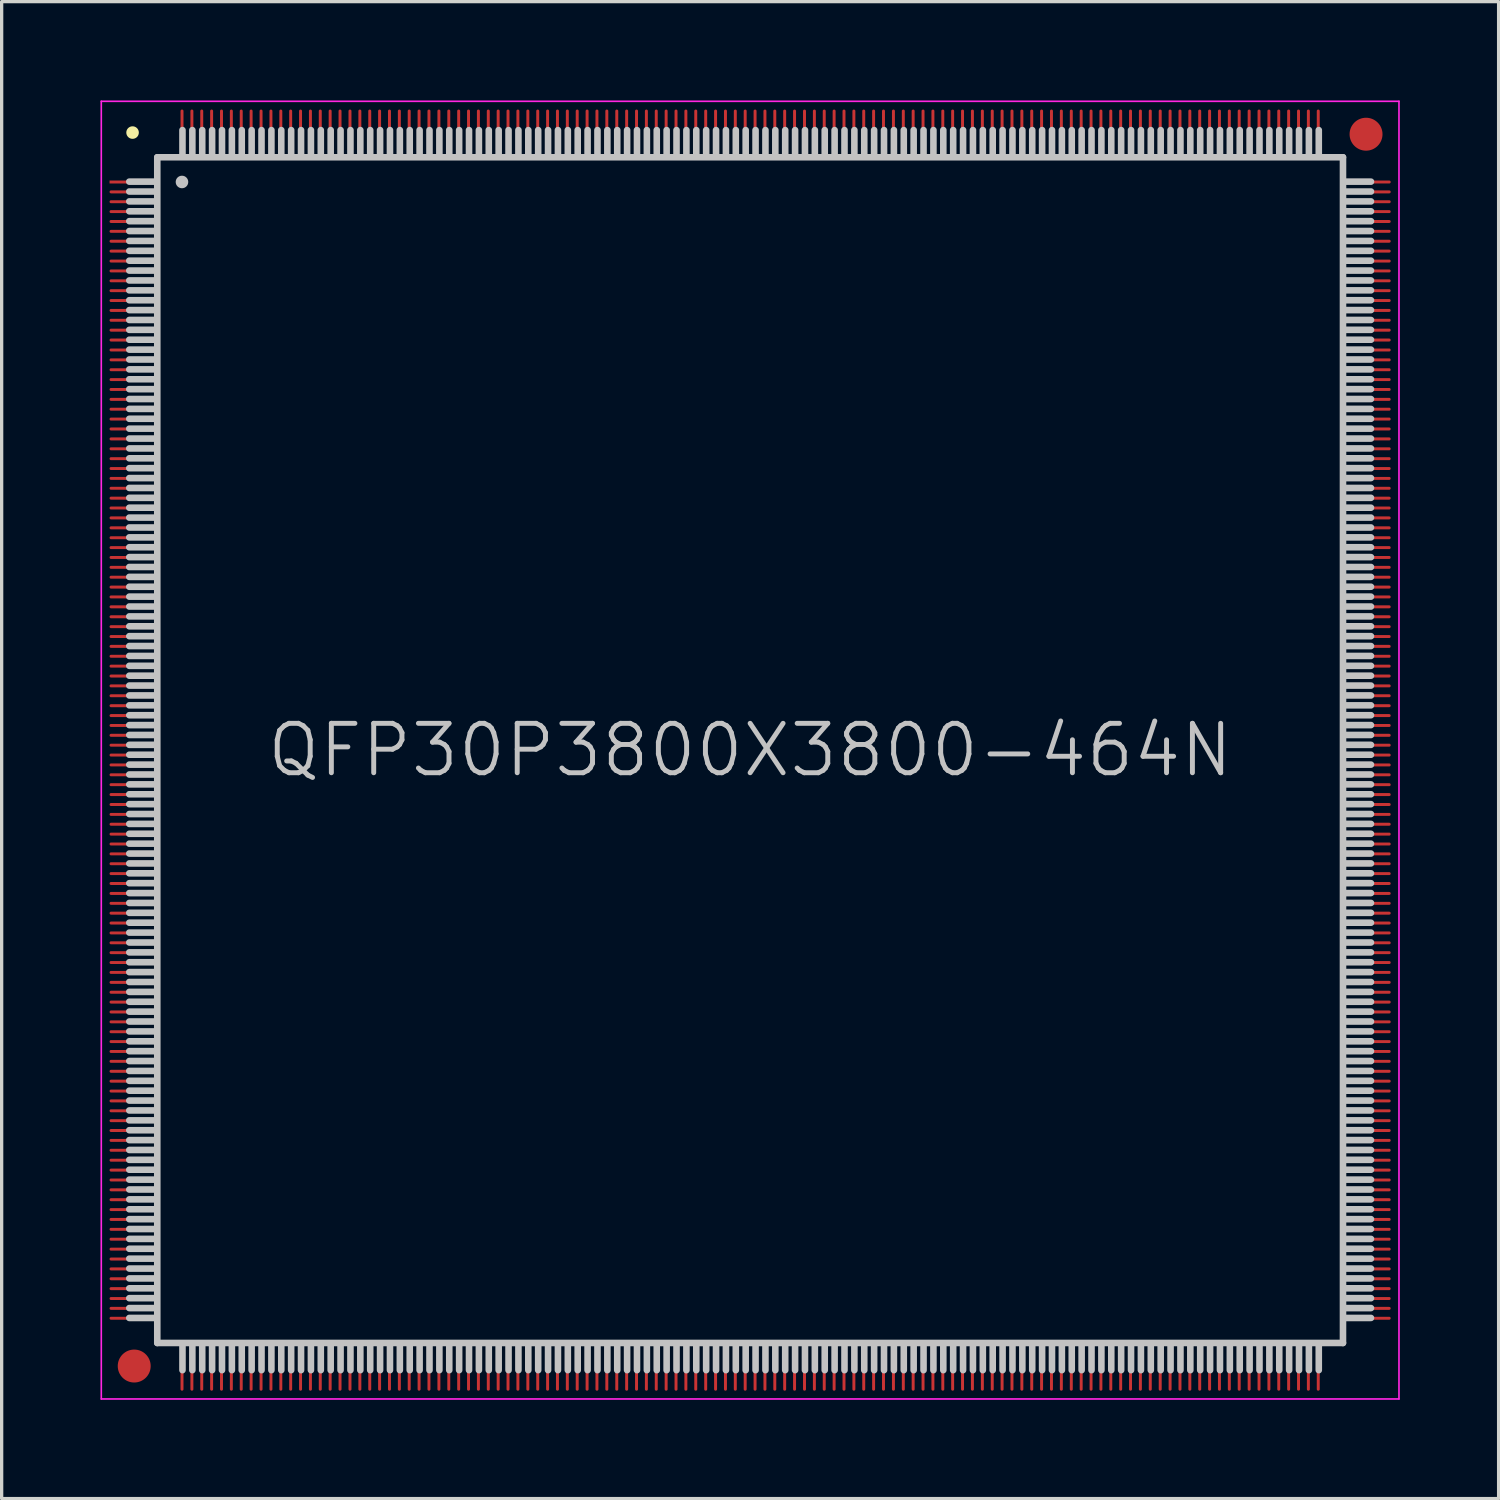
<source format=kicad_pcb>
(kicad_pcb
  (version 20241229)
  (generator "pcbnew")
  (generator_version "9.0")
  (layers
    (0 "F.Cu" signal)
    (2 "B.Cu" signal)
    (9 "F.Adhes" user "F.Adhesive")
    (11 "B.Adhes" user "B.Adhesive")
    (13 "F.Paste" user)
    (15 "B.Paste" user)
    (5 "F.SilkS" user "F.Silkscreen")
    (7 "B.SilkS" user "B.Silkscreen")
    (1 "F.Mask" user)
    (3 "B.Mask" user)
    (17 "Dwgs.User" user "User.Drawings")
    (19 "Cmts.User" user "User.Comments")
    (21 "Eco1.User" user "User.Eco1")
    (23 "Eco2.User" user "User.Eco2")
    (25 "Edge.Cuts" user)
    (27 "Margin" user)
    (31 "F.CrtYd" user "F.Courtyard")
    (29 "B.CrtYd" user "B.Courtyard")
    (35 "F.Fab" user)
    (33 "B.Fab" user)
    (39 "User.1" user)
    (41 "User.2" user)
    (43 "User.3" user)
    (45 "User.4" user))
  (footprint "QFP30P3800X3800-464N"
    (layer "F.Cu")
    (at 19.725 19.725)
    (property "Reference" "QFP30P3800X3800-464N" (at 0 0 0) (layer "Dwgs.User") (effects (font (size 1.5 1.5) (thickness 0.15))))
    (attr smd)
    (fp_line (start -18.75 -18.75) (end -18.75 -18.75) (stroke (width 0.381) (type solid)) (layer "F.SilkS"))
    (fp_line (start -18.05 -17.26) (end -18.85 -17.26) (stroke (width 0.2) (type solid)) (layer "Dwgs.User"))
    (fp_line (start -18.05 -16.96) (end -18.85 -16.96) (stroke (width 0.2) (type solid)) (layer "Dwgs.User"))
    (fp_line (start -18.05 -16.66) (end -18.85 -16.66) (stroke (width 0.2) (type solid)) (layer "Dwgs.User"))
    (fp_line (start -18.05 -16.36) (end -18.85 -16.36) (stroke (width 0.2) (type solid)) (layer "Dwgs.User"))
    (fp_line (start -18.05 -16.06) (end -18.85 -16.06) (stroke (width 0.2) (type solid)) (layer "Dwgs.User"))
    (fp_line (start -18.05 -15.76) (end -18.85 -15.76) (stroke (width 0.2) (type solid)) (layer "Dwgs.User"))
    (fp_line (start -18.05 -15.46) (end -18.85 -15.46) (stroke (width 0.2) (type solid)) (layer "Dwgs.User"))
    (fp_line (start -18.05 -15.16) (end -18.85 -15.16) (stroke (width 0.2) (type solid)) (layer "Dwgs.User"))
    (fp_line (start -18.05 -14.86) (end -18.85 -14.86) (stroke (width 0.2) (type solid)) (layer "Dwgs.User"))
    (fp_line (start -18.05 -14.56) (end -18.85 -14.56) (stroke (width 0.2) (type solid)) (layer "Dwgs.User"))
    (fp_line (start -18.05 -14.26) (end -18.85 -14.26) (stroke (width 0.2) (type solid)) (layer "Dwgs.User"))
    (fp_line (start -18.05 -13.96) (end -18.85 -13.96) (stroke (width 0.2) (type solid)) (layer "Dwgs.User"))
    (fp_line (start -18.05 -13.66) (end -18.85 -13.66) (stroke (width 0.2) (type solid)) (layer "Dwgs.User"))
    (fp_line (start -18.05 -13.36) (end -18.85 -13.36) (stroke (width 0.2) (type solid)) (layer "Dwgs.User"))
    (fp_line (start -18.05 -13.06) (end -18.85 -13.06) (stroke (width 0.2) (type solid)) (layer "Dwgs.User"))
    (fp_line (start -18.05 -12.76) (end -18.85 -12.76) (stroke (width 0.2) (type solid)) (layer "Dwgs.User"))
    (fp_line (start -18.05 -12.46) (end -18.85 -12.46) (stroke (width 0.2) (type solid)) (layer "Dwgs.User"))
    (fp_line (start -18.05 -12.16) (end -18.85 -12.16) (stroke (width 0.2) (type solid)) (layer "Dwgs.User"))
    (fp_line (start -18.05 -11.86) (end -18.85 -11.86) (stroke (width 0.2) (type solid)) (layer "Dwgs.User"))
    (fp_line (start -18.05 -11.56) (end -18.85 -11.56) (stroke (width 0.2) (type solid)) (layer "Dwgs.User"))
    (fp_line (start -18.05 -11.26) (end -18.85 -11.26) (stroke (width 0.2) (type solid)) (layer "Dwgs.User"))
    (fp_line (start -18.05 -10.96) (end -18.85 -10.96) (stroke (width 0.2) (type solid)) (layer "Dwgs.User"))
    (fp_line (start -18.05 -10.66) (end -18.85 -10.66) (stroke (width 0.2) (type solid)) (layer "Dwgs.User"))
    (fp_line (start -18.05 -10.36) (end -18.85 -10.36) (stroke (width 0.2) (type solid)) (layer "Dwgs.User"))
    (fp_line (start -18.05 -10.06) (end -18.85 -10.06) (stroke (width 0.2) (type solid)) (layer "Dwgs.User"))
    (fp_line (start -18.05 -9.76) (end -18.85 -9.76) (stroke (width 0.2) (type solid)) (layer "Dwgs.User"))
    (fp_line (start -18.05 -9.46) (end -18.85 -9.46) (stroke (width 0.2) (type solid)) (layer "Dwgs.User"))
    (fp_line (start -18.05 -9.16) (end -18.85 -9.16) (stroke (width 0.2) (type solid)) (layer "Dwgs.User"))
    (fp_line (start -18.05 -8.86) (end -18.85 -8.86) (stroke (width 0.2) (type solid)) (layer "Dwgs.User"))
    (fp_line (start -18.05 -8.56) (end -18.85 -8.56) (stroke (width 0.2) (type solid)) (layer "Dwgs.User"))
    (fp_line (start -18.05 -8.26) (end -18.85 -8.26) (stroke (width 0.2) (type solid)) (layer "Dwgs.User"))
    (fp_line (start -18.05 -7.96) (end -18.85 -7.96) (stroke (width 0.2) (type solid)) (layer "Dwgs.User"))
    (fp_line (start -18.05 -7.66) (end -18.85 -7.66) (stroke (width 0.2) (type solid)) (layer "Dwgs.User"))
    (fp_line (start -18.05 -7.36) (end -18.85 -7.36) (stroke (width 0.2) (type solid)) (layer "Dwgs.User"))
    (fp_line (start -18.05 -7.06) (end -18.85 -7.06) (stroke (width 0.2) (type solid)) (layer "Dwgs.User"))
    (fp_line (start -18.05 -6.76) (end -18.85 -6.76) (stroke (width 0.2) (type solid)) (layer "Dwgs.User"))
    (fp_line (start -18.05 -6.46) (end -18.85 -6.46) (stroke (width 0.2) (type solid)) (layer "Dwgs.User"))
    (fp_line (start -18.05 -6.16) (end -18.85 -6.16) (stroke (width 0.2) (type solid)) (layer "Dwgs.User"))
    (fp_line (start -18.05 -5.86) (end -18.85 -5.86) (stroke (width 0.2) (type solid)) (layer "Dwgs.User"))
    (fp_line (start -18.05 -5.56) (end -18.85 -5.56) (stroke (width 0.2) (type solid)) (layer "Dwgs.User"))
    (fp_line (start -18.05 -5.26) (end -18.85 -5.26) (stroke (width 0.2) (type solid)) (layer "Dwgs.User"))
    (fp_line (start -18.05 -4.96) (end -18.85 -4.96) (stroke (width 0.2) (type solid)) (layer "Dwgs.User"))
    (fp_line (start -18.05 -4.66) (end -18.85 -4.66) (stroke (width 0.2) (type solid)) (layer "Dwgs.User"))
    (fp_line (start -18.05 -4.36) (end -18.85 -4.36) (stroke (width 0.2) (type solid)) (layer "Dwgs.User"))
    (fp_line (start -18.05 -4.06) (end -18.85 -4.06) (stroke (width 0.2) (type solid)) (layer "Dwgs.User"))
    (fp_line (start -18.05 -3.76) (end -18.85 -3.76) (stroke (width 0.2) (type solid)) (layer "Dwgs.User"))
    (fp_line (start -18.05 -3.46) (end -18.85 -3.46) (stroke (width 0.2) (type solid)) (layer "Dwgs.User"))
    (fp_line (start -18.05 -3.16) (end -18.85 -3.16) (stroke (width 0.2) (type solid)) (layer "Dwgs.User"))
    (fp_line (start -18.05 -2.86) (end -18.85 -2.86) (stroke (width 0.2) (type solid)) (layer "Dwgs.User"))
    (fp_line (start -18.05 -2.56) (end -18.85 -2.56) (stroke (width 0.2) (type solid)) (layer "Dwgs.User"))
    (fp_line (start -18.05 -2.26) (end -18.85 -2.26) (stroke (width 0.2) (type solid)) (layer "Dwgs.User"))
    (fp_line (start -18.05 -1.96) (end -18.85 -1.96) (stroke (width 0.2) (type solid)) (layer "Dwgs.User"))
    (fp_line (start -18.05 -1.66) (end -18.85 -1.66) (stroke (width 0.2) (type solid)) (layer "Dwgs.User"))
    (fp_line (start -18.05 -1.36) (end -18.85 -1.36) (stroke (width 0.2) (type solid)) (layer "Dwgs.User"))
    (fp_line (start -18.05 -1.06) (end -18.85 -1.06) (stroke (width 0.2) (type solid)) (layer "Dwgs.User"))
    (fp_line (start -18.05 -0.76) (end -18.85 -0.76) (stroke (width 0.2) (type solid)) (layer "Dwgs.User"))
    (fp_line (start -18.05 -0.46) (end -18.85 -0.46) (stroke (width 0.2) (type solid)) (layer "Dwgs.User"))
    (fp_line (start -18.05 -0.16) (end -18.85 -0.16) (stroke (width 0.2) (type solid)) (layer "Dwgs.User"))
    (fp_line (start -18.05 0.14) (end -18.85 0.14) (stroke (width 0.2) (type solid)) (layer "Dwgs.User"))
    (fp_line (start -18.05 0.44) (end -18.85 0.44) (stroke (width 0.2) (type solid)) (layer "Dwgs.User"))
    (fp_line (start -18.05 0.74) (end -18.85 0.74) (stroke (width 0.2) (type solid)) (layer "Dwgs.User"))
    (fp_line (start -18.05 1.04) (end -18.85 1.04) (stroke (width 0.2) (type solid)) (layer "Dwgs.User"))
    (fp_line (start -18.05 1.34) (end -18.85 1.34) (stroke (width 0.2) (type solid)) (layer "Dwgs.User"))
    (fp_line (start -18.05 1.64) (end -18.85 1.64) (stroke (width 0.2) (type solid)) (layer "Dwgs.User"))
    (fp_line (start -18.05 1.94) (end -18.85 1.94) (stroke (width 0.2) (type solid)) (layer "Dwgs.User"))
    (fp_line (start -18.05 2.24) (end -18.85 2.24) (stroke (width 0.2) (type solid)) (layer "Dwgs.User"))
    (fp_line (start -18.05 2.54) (end -18.85 2.54) (stroke (width 0.2) (type solid)) (layer "Dwgs.User"))
    (fp_line (start -18.05 2.84) (end -18.85 2.84) (stroke (width 0.2) (type solid)) (layer "Dwgs.User"))
    (fp_line (start -18.05 3.14) (end -18.85 3.14) (stroke (width 0.2) (type solid)) (layer "Dwgs.User"))
    (fp_line (start -18.05 3.44) (end -18.85 3.44) (stroke (width 0.2) (type solid)) (layer "Dwgs.User"))
    (fp_line (start -18.05 3.74) (end -18.85 3.74) (stroke (width 0.2) (type solid)) (layer "Dwgs.User"))
    (fp_line (start -18.05 4.04) (end -18.85 4.04) (stroke (width 0.2) (type solid)) (layer "Dwgs.User"))
    (fp_line (start -18.05 4.34) (end -18.85 4.34) (stroke (width 0.2) (type solid)) (layer "Dwgs.User"))
    (fp_line (start -18.05 4.64) (end -18.85 4.64) (stroke (width 0.2) (type solid)) (layer "Dwgs.User"))
    (fp_line (start -18.05 4.94) (end -18.85 4.94) (stroke (width 0.2) (type solid)) (layer "Dwgs.User"))
    (fp_line (start -18.05 5.24) (end -18.85 5.24) (stroke (width 0.2) (type solid)) (layer "Dwgs.User"))
    (fp_line (start -18.05 5.54) (end -18.85 5.54) (stroke (width 0.2) (type solid)) (layer "Dwgs.User"))
    (fp_line (start -18.05 5.84) (end -18.85 5.84) (stroke (width 0.2) (type solid)) (layer "Dwgs.User"))
    (fp_line (start -18.05 6.14) (end -18.85 6.14) (stroke (width 0.2) (type solid)) (layer "Dwgs.User"))
    (fp_line (start -18.05 6.44) (end -18.85 6.44) (stroke (width 0.2) (type solid)) (layer "Dwgs.User"))
    (fp_line (start -18.05 6.74) (end -18.85 6.74) (stroke (width 0.2) (type solid)) (layer "Dwgs.User"))
    (fp_line (start -18.05 7.04) (end -18.85 7.04) (stroke (width 0.2) (type solid)) (layer "Dwgs.User"))
    (fp_line (start -18.05 7.34) (end -18.85 7.34) (stroke (width 0.2) (type solid)) (layer "Dwgs.User"))
    (fp_line (start -18.05 7.64) (end -18.85 7.64) (stroke (width 0.2) (type solid)) (layer "Dwgs.User"))
    (fp_line (start -18.05 7.94) (end -18.85 7.94) (stroke (width 0.2) (type solid)) (layer "Dwgs.User"))
    (fp_line (start -18.05 8.24) (end -18.85 8.24) (stroke (width 0.2) (type solid)) (layer "Dwgs.User"))
    (fp_line (start -18.05 8.54) (end -18.85 8.54) (stroke (width 0.2) (type solid)) (layer "Dwgs.User"))
    (fp_line (start -18.05 8.84) (end -18.85 8.84) (stroke (width 0.2) (type solid)) (layer "Dwgs.User"))
    (fp_line (start -18.05 9.14) (end -18.85 9.14) (stroke (width 0.2) (type solid)) (layer "Dwgs.User"))
    (fp_line (start -18.05 9.44) (end -18.85 9.44) (stroke (width 0.2) (type solid)) (layer "Dwgs.User"))
    (fp_line (start -18.05 9.74) (end -18.85 9.74) (stroke (width 0.2) (type solid)) (layer "Dwgs.User"))
    (fp_line (start -18.05 10.04) (end -18.85 10.04) (stroke (width 0.2) (type solid)) (layer "Dwgs.User"))
    (fp_line (start -18.05 10.34) (end -18.85 10.34) (stroke (width 0.2) (type solid)) (layer "Dwgs.User"))
    (fp_line (start -18.05 10.64) (end -18.85 10.64) (stroke (width 0.2) (type solid)) (layer "Dwgs.User"))
    (fp_line (start -18.05 10.94) (end -18.85 10.94) (stroke (width 0.2) (type solid)) (layer "Dwgs.User"))
    (fp_line (start -18.05 11.24) (end -18.85 11.24) (stroke (width 0.2) (type solid)) (layer "Dwgs.User"))
    (fp_line (start -18.05 11.54) (end -18.85 11.54) (stroke (width 0.2) (type solid)) (layer "Dwgs.User"))
    (fp_line (start -18.05 11.84) (end -18.85 11.84) (stroke (width 0.2) (type solid)) (layer "Dwgs.User"))
    (fp_line (start -18.05 12.14) (end -18.85 12.14) (stroke (width 0.2) (type solid)) (layer "Dwgs.User"))
    (fp_line (start -18.05 12.44) (end -18.85 12.44) (stroke (width 0.2) (type solid)) (layer "Dwgs.User"))
    (fp_line (start -18.05 12.74) (end -18.85 12.74) (stroke (width 0.2) (type solid)) (layer "Dwgs.User"))
    (fp_line (start -18.05 13.04) (end -18.85 13.04) (stroke (width 0.2) (type solid)) (layer "Dwgs.User"))
    (fp_line (start -18.05 13.34) (end -18.85 13.34) (stroke (width 0.2) (type solid)) (layer "Dwgs.User"))
    (fp_line (start -18.05 13.64) (end -18.85 13.64) (stroke (width 0.2) (type solid)) (layer "Dwgs.User"))
    (fp_line (start -18.05 13.94) (end -18.85 13.94) (stroke (width 0.2) (type solid)) (layer "Dwgs.User"))
    (fp_line (start -18.05 14.24) (end -18.85 14.24) (stroke (width 0.2) (type solid)) (layer "Dwgs.User"))
    (fp_line (start -18.05 14.54) (end -18.85 14.54) (stroke (width 0.2) (type solid)) (layer "Dwgs.User"))
    (fp_line (start -18.05 14.84) (end -18.85 14.84) (stroke (width 0.2) (type solid)) (layer "Dwgs.User"))
    (fp_line (start -18.05 15.14) (end -18.85 15.14) (stroke (width 0.2) (type solid)) (layer "Dwgs.User"))
    (fp_line (start -18.05 15.44) (end -18.85 15.44) (stroke (width 0.2) (type solid)) (layer "Dwgs.User"))
    (fp_line (start -18.05 15.74) (end -18.85 15.74) (stroke (width 0.2) (type solid)) (layer "Dwgs.User"))
    (fp_line (start -18.05 16.04) (end -18.85 16.04) (stroke (width 0.2) (type solid)) (layer "Dwgs.User"))
    (fp_line (start -18.05 16.34) (end -18.85 16.34) (stroke (width 0.2) (type solid)) (layer "Dwgs.User"))
    (fp_line (start -18.05 16.64) (end -18.85 16.64) (stroke (width 0.2) (type solid)) (layer "Dwgs.User"))
    (fp_line (start -18.05 16.94) (end -18.85 16.94) (stroke (width 0.2) (type solid)) (layer "Dwgs.User"))
    (fp_line (start -18.05 17.24) (end -18.85 17.24) (stroke (width 0.2) (type solid)) (layer "Dwgs.User"))
    (fp_line (start -18 -18) (end -18 18) (stroke (width 0.2) (type solid)) (layer "Dwgs.User"))
    (fp_line (start -18 -18) (end 18 -18) (stroke (width 0.2) (type solid)) (layer "Dwgs.User"))
    (fp_line (start -18 18) (end 18 18) (stroke (width 0.2) (type solid)) (layer "Dwgs.User"))
    (fp_line (start -17.25 -17.25) (end -17.25 -17.25) (stroke (width 0.381) (type solid)) (layer "Dwgs.User"))
    (fp_line (start -17.235 -18.825) (end -17.235 -18.025) (stroke (width 0.2) (type solid)) (layer "Dwgs.User"))
    (fp_line (start -17.235 18.025) (end -17.235 18.825) (stroke (width 0.2) (type solid)) (layer "Dwgs.User"))
    (fp_line (start -16.935 -18.825) (end -16.935 -18.025) (stroke (width 0.2) (type solid)) (layer "Dwgs.User"))
    (fp_line (start -16.935 18.025) (end -16.935 18.825) (stroke (width 0.2) (type solid)) (layer "Dwgs.User"))
    (fp_line (start -16.635 -18.825) (end -16.635 -18.025) (stroke (width 0.2) (type solid)) (layer "Dwgs.User"))
    (fp_line (start -16.635 18.025) (end -16.635 18.825) (stroke (width 0.2) (type solid)) (layer "Dwgs.User"))
    (fp_line (start -16.335 -18.825) (end -16.335 -18.025) (stroke (width 0.2) (type solid)) (layer "Dwgs.User"))
    (fp_line (start -16.335 18.025) (end -16.335 18.825) (stroke (width 0.2) (type solid)) (layer "Dwgs.User"))
    (fp_line (start -16.035 -18.825) (end -16.035 -18.025) (stroke (width 0.2) (type solid)) (layer "Dwgs.User"))
    (fp_line (start -16.035 18.025) (end -16.035 18.825) (stroke (width 0.2) (type solid)) (layer "Dwgs.User"))
    (fp_line (start -15.735 -18.825) (end -15.735 -18.025) (stroke (width 0.2) (type solid)) (layer "Dwgs.User"))
    (fp_line (start -15.735 18.025) (end -15.735 18.825) (stroke (width 0.2) (type solid)) (layer "Dwgs.User"))
    (fp_line (start -15.435 -18.825) (end -15.435 -18.025) (stroke (width 0.2) (type solid)) (layer "Dwgs.User"))
    (fp_line (start -15.435 18.025) (end -15.435 18.825) (stroke (width 0.2) (type solid)) (layer "Dwgs.User"))
    (fp_line (start -15.135 -18.825) (end -15.135 -18.025) (stroke (width 0.2) (type solid)) (layer "Dwgs.User"))
    (fp_line (start -15.135 18.025) (end -15.135 18.825) (stroke (width 0.2) (type solid)) (layer "Dwgs.User"))
    (fp_line (start -14.835 -18.825) (end -14.835 -18.025) (stroke (width 0.2) (type solid)) (layer "Dwgs.User"))
    (fp_line (start -14.835 18.025) (end -14.835 18.825) (stroke (width 0.2) (type solid)) (layer "Dwgs.User"))
    (fp_line (start -14.535 -18.825) (end -14.535 -18.025) (stroke (width 0.2) (type solid)) (layer "Dwgs.User"))
    (fp_line (start -14.535 18.025) (end -14.535 18.825) (stroke (width 0.2) (type solid)) (layer "Dwgs.User"))
    (fp_line (start -14.235 -18.825) (end -14.235 -18.025) (stroke (width 0.2) (type solid)) (layer "Dwgs.User"))
    (fp_line (start -14.235 18.025) (end -14.235 18.825) (stroke (width 0.2) (type solid)) (layer "Dwgs.User"))
    (fp_line (start -13.935 -18.825) (end -13.935 -18.025) (stroke (width 0.2) (type solid)) (layer "Dwgs.User"))
    (fp_line (start -13.935 18.025) (end -13.935 18.825) (stroke (width 0.2) (type solid)) (layer "Dwgs.User"))
    (fp_line (start -13.635 -18.825) (end -13.635 -18.025) (stroke (width 0.2) (type solid)) (layer "Dwgs.User"))
    (fp_line (start -13.635 18.025) (end -13.635 18.825) (stroke (width 0.2) (type solid)) (layer "Dwgs.User"))
    (fp_line (start -13.335 -18.825) (end -13.335 -18.025) (stroke (width 0.2) (type solid)) (layer "Dwgs.User"))
    (fp_line (start -13.335 18.025) (end -13.335 18.825) (stroke (width 0.2) (type solid)) (layer "Dwgs.User"))
    (fp_line (start -13.035 -18.825) (end -13.035 -18.025) (stroke (width 0.2) (type solid)) (layer "Dwgs.User"))
    (fp_line (start -13.035 18.025) (end -13.035 18.825) (stroke (width 0.2) (type solid)) (layer "Dwgs.User"))
    (fp_line (start -12.735 -18.825) (end -12.735 -18.025) (stroke (width 0.2) (type solid)) (layer "Dwgs.User"))
    (fp_line (start -12.735 18.025) (end -12.735 18.825) (stroke (width 0.2) (type solid)) (layer "Dwgs.User"))
    (fp_line (start -12.435 -18.825) (end -12.435 -18.025) (stroke (width 0.2) (type solid)) (layer "Dwgs.User"))
    (fp_line (start -12.435 18.025) (end -12.435 18.825) (stroke (width 0.2) (type solid)) (layer "Dwgs.User"))
    (fp_line (start -12.135 -18.825) (end -12.135 -18.025) (stroke (width 0.2) (type solid)) (layer "Dwgs.User"))
    (fp_line (start -12.135 18.025) (end -12.135 18.825) (stroke (width 0.2) (type solid)) (layer "Dwgs.User"))
    (fp_line (start -11.835 -18.825) (end -11.835 -18.025) (stroke (width 0.2) (type solid)) (layer "Dwgs.User"))
    (fp_line (start -11.835 18.025) (end -11.835 18.825) (stroke (width 0.2) (type solid)) (layer "Dwgs.User"))
    (fp_line (start -11.535 -18.825) (end -11.535 -18.025) (stroke (width 0.2) (type solid)) (layer "Dwgs.User"))
    (fp_line (start -11.535 18.025) (end -11.535 18.825) (stroke (width 0.2) (type solid)) (layer "Dwgs.User"))
    (fp_line (start -11.235 -18.825) (end -11.235 -18.025) (stroke (width 0.2) (type solid)) (layer "Dwgs.User"))
    (fp_line (start -11.235 18.025) (end -11.235 18.825) (stroke (width 0.2) (type solid)) (layer "Dwgs.User"))
    (fp_line (start -10.935 -18.825) (end -10.935 -18.025) (stroke (width 0.2) (type solid)) (layer "Dwgs.User"))
    (fp_line (start -10.935 18.025) (end -10.935 18.825) (stroke (width 0.2) (type solid)) (layer "Dwgs.User"))
    (fp_line (start -10.635 -18.825) (end -10.635 -18.025) (stroke (width 0.2) (type solid)) (layer "Dwgs.User"))
    (fp_line (start -10.635 18.025) (end -10.635 18.825) (stroke (width 0.2) (type solid)) (layer "Dwgs.User"))
    (fp_line (start -10.335 -18.825) (end -10.335 -18.025) (stroke (width 0.2) (type solid)) (layer "Dwgs.User"))
    (fp_line (start -10.335 18.025) (end -10.335 18.825) (stroke (width 0.2) (type solid)) (layer "Dwgs.User"))
    (fp_line (start -10.035 -18.825) (end -10.035 -18.025) (stroke (width 0.2) (type solid)) (layer "Dwgs.User"))
    (fp_line (start -10.035 18.025) (end -10.035 18.825) (stroke (width 0.2) (type solid)) (layer "Dwgs.User"))
    (fp_line (start -9.735 -18.825) (end -9.735 -18.025) (stroke (width 0.2) (type solid)) (layer "Dwgs.User"))
    (fp_line (start -9.735 18.025) (end -9.735 18.825) (stroke (width 0.2) (type solid)) (layer "Dwgs.User"))
    (fp_line (start -9.435 -18.825) (end -9.435 -18.025) (stroke (width 0.2) (type solid)) (layer "Dwgs.User"))
    (fp_line (start -9.435 18.025) (end -9.435 18.825) (stroke (width 0.2) (type solid)) (layer "Dwgs.User"))
    (fp_line (start -9.135 -18.825) (end -9.135 -18.025) (stroke (width 0.2) (type solid)) (layer "Dwgs.User"))
    (fp_line (start -9.135 18.025) (end -9.135 18.825) (stroke (width 0.2) (type solid)) (layer "Dwgs.User"))
    (fp_line (start -8.835 -18.825) (end -8.835 -18.025) (stroke (width 0.2) (type solid)) (layer "Dwgs.User"))
    (fp_line (start -8.835 18.025) (end -8.835 18.825) (stroke (width 0.2) (type solid)) (layer "Dwgs.User"))
    (fp_line (start -8.535 -18.825) (end -8.535 -18.025) (stroke (width 0.2) (type solid)) (layer "Dwgs.User"))
    (fp_line (start -8.535 18.025) (end -8.535 18.825) (stroke (width 0.2) (type solid)) (layer "Dwgs.User"))
    (fp_line (start -8.235 -18.825) (end -8.235 -18.025) (stroke (width 0.2) (type solid)) (layer "Dwgs.User"))
    (fp_line (start -8.235 18.025) (end -8.235 18.825) (stroke (width 0.2) (type solid)) (layer "Dwgs.User"))
    (fp_line (start -7.935 -18.825) (end -7.935 -18.025) (stroke (width 0.2) (type solid)) (layer "Dwgs.User"))
    (fp_line (start -7.935 18.025) (end -7.935 18.825) (stroke (width 0.2) (type solid)) (layer "Dwgs.User"))
    (fp_line (start -7.635 -18.825) (end -7.635 -18.025) (stroke (width 0.2) (type solid)) (layer "Dwgs.User"))
    (fp_line (start -7.635 18.025) (end -7.635 18.825) (stroke (width 0.2) (type solid)) (layer "Dwgs.User"))
    (fp_line (start -7.335 -18.825) (end -7.335 -18.025) (stroke (width 0.2) (type solid)) (layer "Dwgs.User"))
    (fp_line (start -7.335 18.025) (end -7.335 18.825) (stroke (width 0.2) (type solid)) (layer "Dwgs.User"))
    (fp_line (start -7.035 -18.825) (end -7.035 -18.025) (stroke (width 0.2) (type solid)) (layer "Dwgs.User"))
    (fp_line (start -7.035 18.025) (end -7.035 18.825) (stroke (width 0.2) (type solid)) (layer "Dwgs.User"))
    (fp_line (start -6.735 -18.825) (end -6.735 -18.025) (stroke (width 0.2) (type solid)) (layer "Dwgs.User"))
    (fp_line (start -6.735 18.025) (end -6.735 18.825) (stroke (width 0.2) (type solid)) (layer "Dwgs.User"))
    (fp_line (start -6.435 -18.825) (end -6.435 -18.025) (stroke (width 0.2) (type solid)) (layer "Dwgs.User"))
    (fp_line (start -6.435 18.025) (end -6.435 18.825) (stroke (width 0.2) (type solid)) (layer "Dwgs.User"))
    (fp_line (start -6.135 -18.825) (end -6.135 -18.025) (stroke (width 0.2) (type solid)) (layer "Dwgs.User"))
    (fp_line (start -6.135 18.025) (end -6.135 18.825) (stroke (width 0.2) (type solid)) (layer "Dwgs.User"))
    (fp_line (start -5.835 -18.825) (end -5.835 -18.025) (stroke (width 0.2) (type solid)) (layer "Dwgs.User"))
    (fp_line (start -5.835 18.025) (end -5.835 18.825) (stroke (width 0.2) (type solid)) (layer "Dwgs.User"))
    (fp_line (start -5.535 -18.825) (end -5.535 -18.025) (stroke (width 0.2) (type solid)) (layer "Dwgs.User"))
    (fp_line (start -5.535 18.025) (end -5.535 18.825) (stroke (width 0.2) (type solid)) (layer "Dwgs.User"))
    (fp_line (start -5.235 -18.825) (end -5.235 -18.025) (stroke (width 0.2) (type solid)) (layer "Dwgs.User"))
    (fp_line (start -5.235 18.025) (end -5.235 18.825) (stroke (width 0.2) (type solid)) (layer "Dwgs.User"))
    (fp_line (start -4.935 -18.825) (end -4.935 -18.025) (stroke (width 0.2) (type solid)) (layer "Dwgs.User"))
    (fp_line (start -4.935 18.025) (end -4.935 18.825) (stroke (width 0.2) (type solid)) (layer "Dwgs.User"))
    (fp_line (start -4.635 -18.825) (end -4.635 -18.025) (stroke (width 0.2) (type solid)) (layer "Dwgs.User"))
    (fp_line (start -4.635 18.025) (end -4.635 18.825) (stroke (width 0.2) (type solid)) (layer "Dwgs.User"))
    (fp_line (start -4.335 -18.825) (end -4.335 -18.025) (stroke (width 0.2) (type solid)) (layer "Dwgs.User"))
    (fp_line (start -4.335 18.025) (end -4.335 18.825) (stroke (width 0.2) (type solid)) (layer "Dwgs.User"))
    (fp_line (start -4.035 -18.825) (end -4.035 -18.025) (stroke (width 0.2) (type solid)) (layer "Dwgs.User"))
    (fp_line (start -4.035 18.025) (end -4.035 18.825) (stroke (width 0.2) (type solid)) (layer "Dwgs.User"))
    (fp_line (start -3.735 -18.825) (end -3.735 -18.025) (stroke (width 0.2) (type solid)) (layer "Dwgs.User"))
    (fp_line (start -3.735 18.025) (end -3.735 18.825) (stroke (width 0.2) (type solid)) (layer "Dwgs.User"))
    (fp_line (start -3.435 -18.825) (end -3.435 -18.025) (stroke (width 0.2) (type solid)) (layer "Dwgs.User"))
    (fp_line (start -3.435 18.025) (end -3.435 18.825) (stroke (width 0.2) (type solid)) (layer "Dwgs.User"))
    (fp_line (start -3.135 -18.825) (end -3.135 -18.025) (stroke (width 0.2) (type solid)) (layer "Dwgs.User"))
    (fp_line (start -3.135 18.025) (end -3.135 18.825) (stroke (width 0.2) (type solid)) (layer "Dwgs.User"))
    (fp_line (start -2.835 -18.825) (end -2.835 -18.025) (stroke (width 0.2) (type solid)) (layer "Dwgs.User"))
    (fp_line (start -2.835 18.025) (end -2.835 18.825) (stroke (width 0.2) (type solid)) (layer "Dwgs.User"))
    (fp_line (start -2.535 -18.825) (end -2.535 -18.025) (stroke (width 0.2) (type solid)) (layer "Dwgs.User"))
    (fp_line (start -2.535 18.025) (end -2.535 18.825) (stroke (width 0.2) (type solid)) (layer "Dwgs.User"))
    (fp_line (start -2.235 -18.825) (end -2.235 -18.025) (stroke (width 0.2) (type solid)) (layer "Dwgs.User"))
    (fp_line (start -2.235 18.025) (end -2.235 18.825) (stroke (width 0.2) (type solid)) (layer "Dwgs.User"))
    (fp_line (start -1.935 -18.825) (end -1.935 -18.025) (stroke (width 0.2) (type solid)) (layer "Dwgs.User"))
    (fp_line (start -1.935 18.025) (end -1.935 18.825) (stroke (width 0.2) (type solid)) (layer "Dwgs.User"))
    (fp_line (start -1.635 -18.825) (end -1.635 -18.025) (stroke (width 0.2) (type solid)) (layer "Dwgs.User"))
    (fp_line (start -1.635 18.025) (end -1.635 18.825) (stroke (width 0.2) (type solid)) (layer "Dwgs.User"))
    (fp_line (start -1.335 -18.825) (end -1.335 -18.025) (stroke (width 0.2) (type solid)) (layer "Dwgs.User"))
    (fp_line (start -1.335 18.025) (end -1.335 18.825) (stroke (width 0.2) (type solid)) (layer "Dwgs.User"))
    (fp_line (start -1.035 -18.825) (end -1.035 -18.025) (stroke (width 0.2) (type solid)) (layer "Dwgs.User"))
    (fp_line (start -1.035 18.025) (end -1.035 18.825) (stroke (width 0.2) (type solid)) (layer "Dwgs.User"))
    (fp_line (start -0.735 -18.825) (end -0.735 -18.025) (stroke (width 0.2) (type solid)) (layer "Dwgs.User"))
    (fp_line (start -0.735 18.025) (end -0.735 18.825) (stroke (width 0.2) (type solid)) (layer "Dwgs.User"))
    (fp_line (start -0.435 -18.825) (end -0.435 -18.025) (stroke (width 0.2) (type solid)) (layer "Dwgs.User"))
    (fp_line (start -0.435 18.025) (end -0.435 18.825) (stroke (width 0.2) (type solid)) (layer "Dwgs.User"))
    (fp_line (start -0.135 -18.825) (end -0.135 -18.025) (stroke (width 0.2) (type solid)) (layer "Dwgs.User"))
    (fp_line (start -0.135 18.025) (end -0.135 18.825) (stroke (width 0.2) (type solid)) (layer "Dwgs.User"))
    (fp_line (start 0.165 -18.825) (end 0.165 -18.025) (stroke (width 0.2) (type solid)) (layer "Dwgs.User"))
    (fp_line (start 0.165 18.025) (end 0.165 18.825) (stroke (width 0.2) (type solid)) (layer "Dwgs.User"))
    (fp_line (start 0.465 -18.825) (end 0.465 -18.025) (stroke (width 0.2) (type solid)) (layer "Dwgs.User"))
    (fp_line (start 0.465 18.025) (end 0.465 18.825) (stroke (width 0.2) (type solid)) (layer "Dwgs.User"))
    (fp_line (start 0.765 -18.825) (end 0.765 -18.025) (stroke (width 0.2) (type solid)) (layer "Dwgs.User"))
    (fp_line (start 0.765 18.025) (end 0.765 18.825) (stroke (width 0.2) (type solid)) (layer "Dwgs.User"))
    (fp_line (start 1.065 -18.825) (end 1.065 -18.025) (stroke (width 0.2) (type solid)) (layer "Dwgs.User"))
    (fp_line (start 1.065 18.025) (end 1.065 18.825) (stroke (width 0.2) (type solid)) (layer "Dwgs.User"))
    (fp_line (start 1.365 -18.825) (end 1.365 -18.025) (stroke (width 0.2) (type solid)) (layer "Dwgs.User"))
    (fp_line (start 1.365 18.025) (end 1.365 18.825) (stroke (width 0.2) (type solid)) (layer "Dwgs.User"))
    (fp_line (start 1.665 -18.825) (end 1.665 -18.025) (stroke (width 0.2) (type solid)) (layer "Dwgs.User"))
    (fp_line (start 1.665 18.025) (end 1.665 18.825) (stroke (width 0.2) (type solid)) (layer "Dwgs.User"))
    (fp_line (start 1.965 -18.825) (end 1.965 -18.025) (stroke (width 0.2) (type solid)) (layer "Dwgs.User"))
    (fp_line (start 1.965 18.025) (end 1.965 18.825) (stroke (width 0.2) (type solid)) (layer "Dwgs.User"))
    (fp_line (start 2.265 -18.825) (end 2.265 -18.025) (stroke (width 0.2) (type solid)) (layer "Dwgs.User"))
    (fp_line (start 2.265 18.025) (end 2.265 18.825) (stroke (width 0.2) (type solid)) (layer "Dwgs.User"))
    (fp_line (start 2.565 -18.825) (end 2.565 -18.025) (stroke (width 0.2) (type solid)) (layer "Dwgs.User"))
    (fp_line (start 2.565 18.025) (end 2.565 18.825) (stroke (width 0.2) (type solid)) (layer "Dwgs.User"))
    (fp_line (start 2.865 -18.825) (end 2.865 -18.025) (stroke (width 0.2) (type solid)) (layer "Dwgs.User"))
    (fp_line (start 2.865 18.025) (end 2.865 18.825) (stroke (width 0.2) (type solid)) (layer "Dwgs.User"))
    (fp_line (start 3.165 -18.825) (end 3.165 -18.025) (stroke (width 0.2) (type solid)) (layer "Dwgs.User"))
    (fp_line (start 3.165 18.025) (end 3.165 18.825) (stroke (width 0.2) (type solid)) (layer "Dwgs.User"))
    (fp_line (start 3.465 -18.825) (end 3.465 -18.025) (stroke (width 0.2) (type solid)) (layer "Dwgs.User"))
    (fp_line (start 3.465 18.025) (end 3.465 18.825) (stroke (width 0.2) (type solid)) (layer "Dwgs.User"))
    (fp_line (start 3.765 -18.825) (end 3.765 -18.025) (stroke (width 0.2) (type solid)) (layer "Dwgs.User"))
    (fp_line (start 3.765 18.025) (end 3.765 18.825) (stroke (width 0.2) (type solid)) (layer "Dwgs.User"))
    (fp_line (start 4.065 -18.825) (end 4.065 -18.025) (stroke (width 0.2) (type solid)) (layer "Dwgs.User"))
    (fp_line (start 4.065 18.025) (end 4.065 18.825) (stroke (width 0.2) (type solid)) (layer "Dwgs.User"))
    (fp_line (start 4.365 -18.825) (end 4.365 -18.025) (stroke (width 0.2) (type solid)) (layer "Dwgs.User"))
    (fp_line (start 4.365 18.025) (end 4.365 18.825) (stroke (width 0.2) (type solid)) (layer "Dwgs.User"))
    (fp_line (start 4.665 -18.825) (end 4.665 -18.025) (stroke (width 0.2) (type solid)) (layer "Dwgs.User"))
    (fp_line (start 4.665 18.025) (end 4.665 18.825) (stroke (width 0.2) (type solid)) (layer "Dwgs.User"))
    (fp_line (start 4.965 -18.825) (end 4.965 -18.025) (stroke (width 0.2) (type solid)) (layer "Dwgs.User"))
    (fp_line (start 4.965 18.025) (end 4.965 18.825) (stroke (width 0.2) (type solid)) (layer "Dwgs.User"))
    (fp_line (start 5.265 -18.825) (end 5.265 -18.025) (stroke (width 0.2) (type solid)) (layer "Dwgs.User"))
    (fp_line (start 5.265 18.025) (end 5.265 18.825) (stroke (width 0.2) (type solid)) (layer "Dwgs.User"))
    (fp_line (start 5.565 -18.825) (end 5.565 -18.025) (stroke (width 0.2) (type solid)) (layer "Dwgs.User"))
    (fp_line (start 5.565 18.025) (end 5.565 18.825) (stroke (width 0.2) (type solid)) (layer "Dwgs.User"))
    (fp_line (start 5.865 -18.825) (end 5.865 -18.025) (stroke (width 0.2) (type solid)) (layer "Dwgs.User"))
    (fp_line (start 5.865 18.025) (end 5.865 18.825) (stroke (width 0.2) (type solid)) (layer "Dwgs.User"))
    (fp_line (start 6.165 -18.825) (end 6.165 -18.025) (stroke (width 0.2) (type solid)) (layer "Dwgs.User"))
    (fp_line (start 6.165 18.025) (end 6.165 18.825) (stroke (width 0.2) (type solid)) (layer "Dwgs.User"))
    (fp_line (start 6.465 -18.825) (end 6.465 -18.025) (stroke (width 0.2) (type solid)) (layer "Dwgs.User"))
    (fp_line (start 6.465 18.025) (end 6.465 18.825) (stroke (width 0.2) (type solid)) (layer "Dwgs.User"))
    (fp_line (start 6.765 -18.825) (end 6.765 -18.025) (stroke (width 0.2) (type solid)) (layer "Dwgs.User"))
    (fp_line (start 6.765 18.025) (end 6.765 18.825) (stroke (width 0.2) (type solid)) (layer "Dwgs.User"))
    (fp_line (start 7.065 -18.825) (end 7.065 -18.025) (stroke (width 0.2) (type solid)) (layer "Dwgs.User"))
    (fp_line (start 7.065 18.025) (end 7.065 18.825) (stroke (width 0.2) (type solid)) (layer "Dwgs.User"))
    (fp_line (start 7.365 -18.825) (end 7.365 -18.025) (stroke (width 0.2) (type solid)) (layer "Dwgs.User"))
    (fp_line (start 7.365 18.025) (end 7.365 18.825) (stroke (width 0.2) (type solid)) (layer "Dwgs.User"))
    (fp_line (start 7.665 -18.825) (end 7.665 -18.025) (stroke (width 0.2) (type solid)) (layer "Dwgs.User"))
    (fp_line (start 7.665 18.025) (end 7.665 18.825) (stroke (width 0.2) (type solid)) (layer "Dwgs.User"))
    (fp_line (start 7.965 -18.825) (end 7.965 -18.025) (stroke (width 0.2) (type solid)) (layer "Dwgs.User"))
    (fp_line (start 7.965 18.025) (end 7.965 18.825) (stroke (width 0.2) (type solid)) (layer "Dwgs.User"))
    (fp_line (start 8.265 -18.825) (end 8.265 -18.025) (stroke (width 0.2) (type solid)) (layer "Dwgs.User"))
    (fp_line (start 8.265 18.025) (end 8.265 18.825) (stroke (width 0.2) (type solid)) (layer "Dwgs.User"))
    (fp_line (start 8.565 -18.825) (end 8.565 -18.025) (stroke (width 0.2) (type solid)) (layer "Dwgs.User"))
    (fp_line (start 8.565 18.025) (end 8.565 18.825) (stroke (width 0.2) (type solid)) (layer "Dwgs.User"))
    (fp_line (start 8.865 -18.825) (end 8.865 -18.025) (stroke (width 0.2) (type solid)) (layer "Dwgs.User"))
    (fp_line (start 8.865 18.025) (end 8.865 18.825) (stroke (width 0.2) (type solid)) (layer "Dwgs.User"))
    (fp_line (start 9.165 -18.825) (end 9.165 -18.025) (stroke (width 0.2) (type solid)) (layer "Dwgs.User"))
    (fp_line (start 9.165 18.025) (end 9.165 18.825) (stroke (width 0.2) (type solid)) (layer "Dwgs.User"))
    (fp_line (start 9.465 -18.825) (end 9.465 -18.025) (stroke (width 0.2) (type solid)) (layer "Dwgs.User"))
    (fp_line (start 9.465 18.025) (end 9.465 18.825) (stroke (width 0.2) (type solid)) (layer "Dwgs.User"))
    (fp_line (start 9.765 -18.825) (end 9.765 -18.025) (stroke (width 0.2) (type solid)) (layer "Dwgs.User"))
    (fp_line (start 9.765 18.025) (end 9.765 18.825) (stroke (width 0.2) (type solid)) (layer "Dwgs.User"))
    (fp_line (start 10.065 -18.825) (end 10.065 -18.025) (stroke (width 0.2) (type solid)) (layer "Dwgs.User"))
    (fp_line (start 10.065 18.025) (end 10.065 18.825) (stroke (width 0.2) (type solid)) (layer "Dwgs.User"))
    (fp_line (start 10.365 -18.825) (end 10.365 -18.025) (stroke (width 0.2) (type solid)) (layer "Dwgs.User"))
    (fp_line (start 10.365 18.025) (end 10.365 18.825) (stroke (width 0.2) (type solid)) (layer "Dwgs.User"))
    (fp_line (start 10.665 -18.825) (end 10.665 -18.025) (stroke (width 0.2) (type solid)) (layer "Dwgs.User"))
    (fp_line (start 10.665 18.025) (end 10.665 18.825) (stroke (width 0.2) (type solid)) (layer "Dwgs.User"))
    (fp_line (start 10.965 -18.825) (end 10.965 -18.025) (stroke (width 0.2) (type solid)) (layer "Dwgs.User"))
    (fp_line (start 10.965 18.025) (end 10.965 18.825) (stroke (width 0.2) (type solid)) (layer "Dwgs.User"))
    (fp_line (start 11.265 -18.825) (end 11.265 -18.025) (stroke (width 0.2) (type solid)) (layer "Dwgs.User"))
    (fp_line (start 11.265 18.025) (end 11.265 18.825) (stroke (width 0.2) (type solid)) (layer "Dwgs.User"))
    (fp_line (start 11.565 -18.825) (end 11.565 -18.025) (stroke (width 0.2) (type solid)) (layer "Dwgs.User"))
    (fp_line (start 11.565 18.025) (end 11.565 18.825) (stroke (width 0.2) (type solid)) (layer "Dwgs.User"))
    (fp_line (start 11.865 -18.825) (end 11.865 -18.025) (stroke (width 0.2) (type solid)) (layer "Dwgs.User"))
    (fp_line (start 11.865 18.025) (end 11.865 18.825) (stroke (width 0.2) (type solid)) (layer "Dwgs.User"))
    (fp_line (start 12.165 -18.825) (end 12.165 -18.025) (stroke (width 0.2) (type solid)) (layer "Dwgs.User"))
    (fp_line (start 12.165 18.025) (end 12.165 18.825) (stroke (width 0.2) (type solid)) (layer "Dwgs.User"))
    (fp_line (start 12.465 -18.825) (end 12.465 -18.025) (stroke (width 0.2) (type solid)) (layer "Dwgs.User"))
    (fp_line (start 12.465 18.025) (end 12.465 18.825) (stroke (width 0.2) (type solid)) (layer "Dwgs.User"))
    (fp_line (start 12.765 -18.825) (end 12.765 -18.025) (stroke (width 0.2) (type solid)) (layer "Dwgs.User"))
    (fp_line (start 12.765 18.025) (end 12.765 18.825) (stroke (width 0.2) (type solid)) (layer "Dwgs.User"))
    (fp_line (start 13.065 -18.825) (end 13.065 -18.025) (stroke (width 0.2) (type solid)) (layer "Dwgs.User"))
    (fp_line (start 13.065 18.025) (end 13.065 18.825) (stroke (width 0.2) (type solid)) (layer "Dwgs.User"))
    (fp_line (start 13.365 -18.825) (end 13.365 -18.025) (stroke (width 0.2) (type solid)) (layer "Dwgs.User"))
    (fp_line (start 13.365 18.025) (end 13.365 18.825) (stroke (width 0.2) (type solid)) (layer "Dwgs.User"))
    (fp_line (start 13.665 -18.825) (end 13.665 -18.025) (stroke (width 0.2) (type solid)) (layer "Dwgs.User"))
    (fp_line (start 13.665 18.025) (end 13.665 18.825) (stroke (width 0.2) (type solid)) (layer "Dwgs.User"))
    (fp_line (start 13.965 -18.825) (end 13.965 -18.025) (stroke (width 0.2) (type solid)) (layer "Dwgs.User"))
    (fp_line (start 13.965 18.025) (end 13.965 18.825) (stroke (width 0.2) (type solid)) (layer "Dwgs.User"))
    (fp_line (start 14.265 -18.825) (end 14.265 -18.025) (stroke (width 0.2) (type solid)) (layer "Dwgs.User"))
    (fp_line (start 14.265 18.025) (end 14.265 18.825) (stroke (width 0.2) (type solid)) (layer "Dwgs.User"))
    (fp_line (start 14.565 -18.825) (end 14.565 -18.025) (stroke (width 0.2) (type solid)) (layer "Dwgs.User"))
    (fp_line (start 14.565 18.025) (end 14.565 18.825) (stroke (width 0.2) (type solid)) (layer "Dwgs.User"))
    (fp_line (start 14.865 -18.825) (end 14.865 -18.025) (stroke (width 0.2) (type solid)) (layer "Dwgs.User"))
    (fp_line (start 14.865 18.025) (end 14.865 18.825) (stroke (width 0.2) (type solid)) (layer "Dwgs.User"))
    (fp_line (start 15.165 -18.825) (end 15.165 -18.025) (stroke (width 0.2) (type solid)) (layer "Dwgs.User"))
    (fp_line (start 15.165 18.025) (end 15.165 18.825) (stroke (width 0.2) (type solid)) (layer "Dwgs.User"))
    (fp_line (start 15.465 -18.825) (end 15.465 -18.025) (stroke (width 0.2) (type solid)) (layer "Dwgs.User"))
    (fp_line (start 15.465 18.025) (end 15.465 18.825) (stroke (width 0.2) (type solid)) (layer "Dwgs.User"))
    (fp_line (start 15.765 -18.825) (end 15.765 -18.025) (stroke (width 0.2) (type solid)) (layer "Dwgs.User"))
    (fp_line (start 15.765 18.025) (end 15.765 18.825) (stroke (width 0.2) (type solid)) (layer "Dwgs.User"))
    (fp_line (start 16.065 -18.825) (end 16.065 -18.025) (stroke (width 0.2) (type solid)) (layer "Dwgs.User"))
    (fp_line (start 16.065 18.025) (end 16.065 18.825) (stroke (width 0.2) (type solid)) (layer "Dwgs.User"))
    (fp_line (start 16.365 -18.825) (end 16.365 -18.025) (stroke (width 0.2) (type solid)) (layer "Dwgs.User"))
    (fp_line (start 16.365 18.025) (end 16.365 18.825) (stroke (width 0.2) (type solid)) (layer "Dwgs.User"))
    (fp_line (start 16.665 -18.825) (end 16.665 -18.025) (stroke (width 0.2) (type solid)) (layer "Dwgs.User"))
    (fp_line (start 16.665 18.025) (end 16.665 18.825) (stroke (width 0.2) (type solid)) (layer "Dwgs.User"))
    (fp_line (start 16.965 -18.825) (end 16.965 -18.025) (stroke (width 0.2) (type solid)) (layer "Dwgs.User"))
    (fp_line (start 16.965 18.025) (end 16.965 18.825) (stroke (width 0.2) (type solid)) (layer "Dwgs.User"))
    (fp_line (start 17.265 -18.825) (end 17.265 -18.025) (stroke (width 0.2) (type solid)) (layer "Dwgs.User"))
    (fp_line (start 17.265 18.025) (end 17.265 18.825) (stroke (width 0.2) (type solid)) (layer "Dwgs.User"))
    (fp_line (start 18 -18) (end 18 18) (stroke (width 0.2) (type solid)) (layer "Dwgs.User"))
    (fp_line (start 18.85 -17.26) (end 18.05 -17.26) (stroke (width 0.2) (type solid)) (layer "Dwgs.User"))
    (fp_line (start 18.85 -16.96) (end 18.05 -16.96) (stroke (width 0.2) (type solid)) (layer "Dwgs.User"))
    (fp_line (start 18.85 -16.66) (end 18.05 -16.66) (stroke (width 0.2) (type solid)) (layer "Dwgs.User"))
    (fp_line (start 18.85 -16.36) (end 18.05 -16.36) (stroke (width 0.2) (type solid)) (layer "Dwgs.User"))
    (fp_line (start 18.85 -16.06) (end 18.05 -16.06) (stroke (width 0.2) (type solid)) (layer "Dwgs.User"))
    (fp_line (start 18.85 -15.76) (end 18.05 -15.76) (stroke (width 0.2) (type solid)) (layer "Dwgs.User"))
    (fp_line (start 18.85 -15.46) (end 18.05 -15.46) (stroke (width 0.2) (type solid)) (layer "Dwgs.User"))
    (fp_line (start 18.85 -15.16) (end 18.05 -15.16) (stroke (width 0.2) (type solid)) (layer "Dwgs.User"))
    (fp_line (start 18.85 -14.86) (end 18.05 -14.86) (stroke (width 0.2) (type solid)) (layer "Dwgs.User"))
    (fp_line (start 18.85 -14.56) (end 18.05 -14.56) (stroke (width 0.2) (type solid)) (layer "Dwgs.User"))
    (fp_line (start 18.85 -14.26) (end 18.05 -14.26) (stroke (width 0.2) (type solid)) (layer "Dwgs.User"))
    (fp_line (start 18.85 -13.96) (end 18.05 -13.96) (stroke (width 0.2) (type solid)) (layer "Dwgs.User"))
    (fp_line (start 18.85 -13.66) (end 18.05 -13.66) (stroke (width 0.2) (type solid)) (layer "Dwgs.User"))
    (fp_line (start 18.85 -13.36) (end 18.05 -13.36) (stroke (width 0.2) (type solid)) (layer "Dwgs.User"))
    (fp_line (start 18.85 -13.06) (end 18.05 -13.06) (stroke (width 0.2) (type solid)) (layer "Dwgs.User"))
    (fp_line (start 18.85 -12.76) (end 18.05 -12.76) (stroke (width 0.2) (type solid)) (layer "Dwgs.User"))
    (fp_line (start 18.85 -12.46) (end 18.05 -12.46) (stroke (width 0.2) (type solid)) (layer "Dwgs.User"))
    (fp_line (start 18.85 -12.16) (end 18.05 -12.16) (stroke (width 0.2) (type solid)) (layer "Dwgs.User"))
    (fp_line (start 18.85 -11.86) (end 18.05 -11.86) (stroke (width 0.2) (type solid)) (layer "Dwgs.User"))
    (fp_line (start 18.85 -11.56) (end 18.05 -11.56) (stroke (width 0.2) (type solid)) (layer "Dwgs.User"))
    (fp_line (start 18.85 -11.26) (end 18.05 -11.26) (stroke (width 0.2) (type solid)) (layer "Dwgs.User"))
    (fp_line (start 18.85 -10.96) (end 18.05 -10.96) (stroke (width 0.2) (type solid)) (layer "Dwgs.User"))
    (fp_line (start 18.85 -10.66) (end 18.05 -10.66) (stroke (width 0.2) (type solid)) (layer "Dwgs.User"))
    (fp_line (start 18.85 -10.36) (end 18.05 -10.36) (stroke (width 0.2) (type solid)) (layer "Dwgs.User"))
    (fp_line (start 18.85 -10.06) (end 18.05 -10.06) (stroke (width 0.2) (type solid)) (layer "Dwgs.User"))
    (fp_line (start 18.85 -9.76) (end 18.05 -9.76) (stroke (width 0.2) (type solid)) (layer "Dwgs.User"))
    (fp_line (start 18.85 -9.46) (end 18.05 -9.46) (stroke (width 0.2) (type solid)) (layer "Dwgs.User"))
    (fp_line (start 18.85 -9.16) (end 18.05 -9.16) (stroke (width 0.2) (type solid)) (layer "Dwgs.User"))
    (fp_line (start 18.85 -8.86) (end 18.05 -8.86) (stroke (width 0.2) (type solid)) (layer "Dwgs.User"))
    (fp_line (start 18.85 -8.56) (end 18.05 -8.56) (stroke (width 0.2) (type solid)) (layer "Dwgs.User"))
    (fp_line (start 18.85 -8.26) (end 18.05 -8.26) (stroke (width 0.2) (type solid)) (layer "Dwgs.User"))
    (fp_line (start 18.85 -7.96) (end 18.05 -7.96) (stroke (width 0.2) (type solid)) (layer "Dwgs.User"))
    (fp_line (start 18.85 -7.66) (end 18.05 -7.66) (stroke (width 0.2) (type solid)) (layer "Dwgs.User"))
    (fp_line (start 18.85 -7.36) (end 18.05 -7.36) (stroke (width 0.2) (type solid)) (layer "Dwgs.User"))
    (fp_line (start 18.85 -7.06) (end 18.05 -7.06) (stroke (width 0.2) (type solid)) (layer "Dwgs.User"))
    (fp_line (start 18.85 -6.76) (end 18.05 -6.76) (stroke (width 0.2) (type solid)) (layer "Dwgs.User"))
    (fp_line (start 18.85 -6.46) (end 18.05 -6.46) (stroke (width 0.2) (type solid)) (layer "Dwgs.User"))
    (fp_line (start 18.85 -6.16) (end 18.05 -6.16) (stroke (width 0.2) (type solid)) (layer "Dwgs.User"))
    (fp_line (start 18.85 -5.86) (end 18.05 -5.86) (stroke (width 0.2) (type solid)) (layer "Dwgs.User"))
    (fp_line (start 18.85 -5.56) (end 18.05 -5.56) (stroke (width 0.2) (type solid)) (layer "Dwgs.User"))
    (fp_line (start 18.85 -5.26) (end 18.05 -5.26) (stroke (width 0.2) (type solid)) (layer "Dwgs.User"))
    (fp_line (start 18.85 -4.96) (end 18.05 -4.96) (stroke (width 0.2) (type solid)) (layer "Dwgs.User"))
    (fp_line (start 18.85 -4.66) (end 18.05 -4.66) (stroke (width 0.2) (type solid)) (layer "Dwgs.User"))
    (fp_line (start 18.85 -4.36) (end 18.05 -4.36) (stroke (width 0.2) (type solid)) (layer "Dwgs.User"))
    (fp_line (start 18.85 -4.06) (end 18.05 -4.06) (stroke (width 0.2) (type solid)) (layer "Dwgs.User"))
    (fp_line (start 18.85 -3.76) (end 18.05 -3.76) (stroke (width 0.2) (type solid)) (layer "Dwgs.User"))
    (fp_line (start 18.85 -3.46) (end 18.05 -3.46) (stroke (width 0.2) (type solid)) (layer "Dwgs.User"))
    (fp_line (start 18.85 -3.16) (end 18.05 -3.16) (stroke (width 0.2) (type solid)) (layer "Dwgs.User"))
    (fp_line (start 18.85 -2.86) (end 18.05 -2.86) (stroke (width 0.2) (type solid)) (layer "Dwgs.User"))
    (fp_line (start 18.85 -2.56) (end 18.05 -2.56) (stroke (width 0.2) (type solid)) (layer "Dwgs.User"))
    (fp_line (start 18.85 -2.26) (end 18.05 -2.26) (stroke (width 0.2) (type solid)) (layer "Dwgs.User"))
    (fp_line (start 18.85 -1.96) (end 18.05 -1.96) (stroke (width 0.2) (type solid)) (layer "Dwgs.User"))
    (fp_line (start 18.85 -1.66) (end 18.05 -1.66) (stroke (width 0.2) (type solid)) (layer "Dwgs.User"))
    (fp_line (start 18.85 -1.36) (end 18.05 -1.36) (stroke (width 0.2) (type solid)) (layer "Dwgs.User"))
    (fp_line (start 18.85 -1.06) (end 18.05 -1.06) (stroke (width 0.2) (type solid)) (layer "Dwgs.User"))
    (fp_line (start 18.85 -0.76) (end 18.05 -0.76) (stroke (width 0.2) (type solid)) (layer "Dwgs.User"))
    (fp_line (start 18.85 -0.46) (end 18.05 -0.46) (stroke (width 0.2) (type solid)) (layer "Dwgs.User"))
    (fp_line (start 18.85 -0.16) (end 18.05 -0.16) (stroke (width 0.2) (type solid)) (layer "Dwgs.User"))
    (fp_line (start 18.85 0.14) (end 18.05 0.14) (stroke (width 0.2) (type solid)) (layer "Dwgs.User"))
    (fp_line (start 18.85 0.44) (end 18.05 0.44) (stroke (width 0.2) (type solid)) (layer "Dwgs.User"))
    (fp_line (start 18.85 0.74) (end 18.05 0.74) (stroke (width 0.2) (type solid)) (layer "Dwgs.User"))
    (fp_line (start 18.85 1.04) (end 18.05 1.04) (stroke (width 0.2) (type solid)) (layer "Dwgs.User"))
    (fp_line (start 18.85 1.34) (end 18.05 1.34) (stroke (width 0.2) (type solid)) (layer "Dwgs.User"))
    (fp_line (start 18.85 1.64) (end 18.05 1.64) (stroke (width 0.2) (type solid)) (layer "Dwgs.User"))
    (fp_line (start 18.85 1.94) (end 18.05 1.94) (stroke (width 0.2) (type solid)) (layer "Dwgs.User"))
    (fp_line (start 18.85 2.24) (end 18.05 2.24) (stroke (width 0.2) (type solid)) (layer "Dwgs.User"))
    (fp_line (start 18.85 2.54) (end 18.05 2.54) (stroke (width 0.2) (type solid)) (layer "Dwgs.User"))
    (fp_line (start 18.85 2.84) (end 18.05 2.84) (stroke (width 0.2) (type solid)) (layer "Dwgs.User"))
    (fp_line (start 18.85 3.14) (end 18.05 3.14) (stroke (width 0.2) (type solid)) (layer "Dwgs.User"))
    (fp_line (start 18.85 3.44) (end 18.05 3.44) (stroke (width 0.2) (type solid)) (layer "Dwgs.User"))
    (fp_line (start 18.85 3.74) (end 18.05 3.74) (stroke (width 0.2) (type solid)) (layer "Dwgs.User"))
    (fp_line (start 18.85 4.04) (end 18.05 4.04) (stroke (width 0.2) (type solid)) (layer "Dwgs.User"))
    (fp_line (start 18.85 4.34) (end 18.05 4.34) (stroke (width 0.2) (type solid)) (layer "Dwgs.User"))
    (fp_line (start 18.85 4.64) (end 18.05 4.64) (stroke (width 0.2) (type solid)) (layer "Dwgs.User"))
    (fp_line (start 18.85 4.94) (end 18.05 4.94) (stroke (width 0.2) (type solid)) (layer "Dwgs.User"))
    (fp_line (start 18.85 5.24) (end 18.05 5.24) (stroke (width 0.2) (type solid)) (layer "Dwgs.User"))
    (fp_line (start 18.85 5.54) (end 18.05 5.54) (stroke (width 0.2) (type solid)) (layer "Dwgs.User"))
    (fp_line (start 18.85 5.84) (end 18.05 5.84) (stroke (width 0.2) (type solid)) (layer "Dwgs.User"))
    (fp_line (start 18.85 6.14) (end 18.05 6.14) (stroke (width 0.2) (type solid)) (layer "Dwgs.User"))
    (fp_line (start 18.85 6.44) (end 18.05 6.44) (stroke (width 0.2) (type solid)) (layer "Dwgs.User"))
    (fp_line (start 18.85 6.74) (end 18.05 6.74) (stroke (width 0.2) (type solid)) (layer "Dwgs.User"))
    (fp_line (start 18.85 7.04) (end 18.05 7.04) (stroke (width 0.2) (type solid)) (layer "Dwgs.User"))
    (fp_line (start 18.85 7.34) (end 18.05 7.34) (stroke (width 0.2) (type solid)) (layer "Dwgs.User"))
    (fp_line (start 18.85 7.64) (end 18.05 7.64) (stroke (width 0.2) (type solid)) (layer "Dwgs.User"))
    (fp_line (start 18.85 7.94) (end 18.05 7.94) (stroke (width 0.2) (type solid)) (layer "Dwgs.User"))
    (fp_line (start 18.85 8.24) (end 18.05 8.24) (stroke (width 0.2) (type solid)) (layer "Dwgs.User"))
    (fp_line (start 18.85 8.54) (end 18.05 8.54) (stroke (width 0.2) (type solid)) (layer "Dwgs.User"))
    (fp_line (start 18.85 8.84) (end 18.05 8.84) (stroke (width 0.2) (type solid)) (layer "Dwgs.User"))
    (fp_line (start 18.85 9.14) (end 18.05 9.14) (stroke (width 0.2) (type solid)) (layer "Dwgs.User"))
    (fp_line (start 18.85 9.44) (end 18.05 9.44) (stroke (width 0.2) (type solid)) (layer "Dwgs.User"))
    (fp_line (start 18.85 9.74) (end 18.05 9.74) (stroke (width 0.2) (type solid)) (layer "Dwgs.User"))
    (fp_line (start 18.85 10.04) (end 18.05 10.04) (stroke (width 0.2) (type solid)) (layer "Dwgs.User"))
    (fp_line (start 18.85 10.34) (end 18.05 10.34) (stroke (width 0.2) (type solid)) (layer "Dwgs.User"))
    (fp_line (start 18.85 10.64) (end 18.05 10.64) (stroke (width 0.2) (type solid)) (layer "Dwgs.User"))
    (fp_line (start 18.85 10.94) (end 18.05 10.94) (stroke (width 0.2) (type solid)) (layer "Dwgs.User"))
    (fp_line (start 18.85 11.24) (end 18.05 11.24) (stroke (width 0.2) (type solid)) (layer "Dwgs.User"))
    (fp_line (start 18.85 11.54) (end 18.05 11.54) (stroke (width 0.2) (type solid)) (layer "Dwgs.User"))
    (fp_line (start 18.85 11.84) (end 18.05 11.84) (stroke (width 0.2) (type solid)) (layer "Dwgs.User"))
    (fp_line (start 18.85 12.14) (end 18.05 12.14) (stroke (width 0.2) (type solid)) (layer "Dwgs.User"))
    (fp_line (start 18.85 12.44) (end 18.05 12.44) (stroke (width 0.2) (type solid)) (layer "Dwgs.User"))
    (fp_line (start 18.85 12.74) (end 18.05 12.74) (stroke (width 0.2) (type solid)) (layer "Dwgs.User"))
    (fp_line (start 18.85 13.04) (end 18.05 13.04) (stroke (width 0.2) (type solid)) (layer "Dwgs.User"))
    (fp_line (start 18.85 13.34) (end 18.05 13.34) (stroke (width 0.2) (type solid)) (layer "Dwgs.User"))
    (fp_line (start 18.85 13.64) (end 18.05 13.64) (stroke (width 0.2) (type solid)) (layer "Dwgs.User"))
    (fp_line (start 18.85 13.94) (end 18.05 13.94) (stroke (width 0.2) (type solid)) (layer "Dwgs.User"))
    (fp_line (start 18.85 14.24) (end 18.05 14.24) (stroke (width 0.2) (type solid)) (layer "Dwgs.User"))
    (fp_line (start 18.85 14.54) (end 18.05 14.54) (stroke (width 0.2) (type solid)) (layer "Dwgs.User"))
    (fp_line (start 18.85 14.84) (end 18.05 14.84) (stroke (width 0.2) (type solid)) (layer "Dwgs.User"))
    (fp_line (start 18.85 15.14) (end 18.05 15.14) (stroke (width 0.2) (type solid)) (layer "Dwgs.User"))
    (fp_line (start 18.85 15.44) (end 18.05 15.44) (stroke (width 0.2) (type solid)) (layer "Dwgs.User"))
    (fp_line (start 18.85 15.74) (end 18.05 15.74) (stroke (width 0.2) (type solid)) (layer "Dwgs.User"))
    (fp_line (start 18.85 16.04) (end 18.05 16.04) (stroke (width 0.2) (type solid)) (layer "Dwgs.User"))
    (fp_line (start 18.85 16.34) (end 18.05 16.34) (stroke (width 0.2) (type solid)) (layer "Dwgs.User"))
    (fp_line (start 18.85 16.64) (end 18.05 16.64) (stroke (width 0.2) (type solid)) (layer "Dwgs.User"))
    (fp_line (start 18.85 16.94) (end 18.05 16.94) (stroke (width 0.2) (type solid)) (layer "Dwgs.User"))
    (fp_line (start 18.85 17.24) (end 18.05 17.24) (stroke (width 0.2) (type solid)) (layer "Dwgs.User"))
    (fp_line (start -19.7 -19.7) (end -19.7 19.7) (stroke (width 0.05) (type solid)) (layer "F.CrtYd"))
    (fp_line (start -19.7 -19.7) (end 19.7 -19.7) (stroke (width 0.05) (type solid)) (layer "F.CrtYd"))
    (fp_line (start -19.7 19.7) (end 19.7 19.7) (stroke (width 0.05) (type solid)) (layer "F.CrtYd"))
    (fp_line (start 19.7 -19.7) (end 19.7 19.7) (stroke (width 0.05) (type solid)) (layer "F.CrtYd"))
    (pad "" smd circle (at -18.7 18.7) (size 1 1) (layers "F.Cu" "F.Mask"))
    (pad "" smd circle (at 18.7 -18.7) (size 1 1) (layers "F.Cu" "F.Mask"))
    (pad "1" smd rect (at -18.699 -17.249) (size 1.5 0.09) (layers "F.Cu" "F.Mask" "F.Paste"))
    (pad "2" smd oval (at -18.699 -16.949) (size 1.5 0.09) (layers "F.Cu" "F.Mask" "F.Paste"))
    (pad "3" smd oval (at -18.699 -16.65) (size 1.5 0.09) (layers "F.Cu" "F.Mask" "F.Paste"))
    (pad "4" smd oval (at -18.699 -16.35) (size 1.5 0.09) (layers "F.Cu" "F.Mask" "F.Paste"))
    (pad "5" smd oval (at -18.699 -16.05) (size 1.5 0.09) (layers "F.Cu" "F.Mask" "F.Paste"))
    (pad "6" smd oval (at -18.699 -15.751) (size 1.5 0.09) (layers "F.Cu" "F.Mask" "F.Paste"))
    (pad "7" smd oval (at -18.699 -15.451) (size 1.5 0.09) (layers "F.Cu" "F.Mask" "F.Paste"))
    (pad "8" smd oval (at -18.699 -15.151) (size 1.5 0.09) (layers "F.Cu" "F.Mask" "F.Paste"))
    (pad "9" smd oval (at -18.699 -14.849) (size 1.5 0.09) (layers "F.Cu" "F.Mask" "F.Paste"))
    (pad "10" smd oval (at -18.699 -14.549) (size 1.5 0.09) (layers "F.Cu" "F.Mask" "F.Paste"))
    (pad "11" smd oval (at -18.699 -14.249) (size 1.5 0.09) (layers "F.Cu" "F.Mask" "F.Paste"))
    (pad "12" smd oval (at -18.699 -13.95) (size 1.5 0.09) (layers "F.Cu" "F.Mask" "F.Paste"))
    (pad "13" smd oval (at -18.699 -13.65) (size 1.5 0.09) (layers "F.Cu" "F.Mask" "F.Paste"))
    (pad "14" smd oval (at -18.699 -13.35) (size 1.5 0.09) (layers "F.Cu" "F.Mask" "F.Paste"))
    (pad "15" smd oval (at -18.699 -13.051) (size 1.5 0.09) (layers "F.Cu" "F.Mask" "F.Paste"))
    (pad "16" smd oval (at -18.699 -12.751) (size 1.5 0.09) (layers "F.Cu" "F.Mask" "F.Paste"))
    (pad "17" smd oval (at -18.699 -12.451) (size 1.5 0.09) (layers "F.Cu" "F.Mask" "F.Paste"))
    (pad "18" smd oval (at -18.699 -12.149) (size 1.5 0.09) (layers "F.Cu" "F.Mask" "F.Paste"))
    (pad "19" smd oval (at -18.699 -11.849) (size 1.5 0.09) (layers "F.Cu" "F.Mask" "F.Paste"))
    (pad "20" smd oval (at -18.699 -11.549) (size 1.5 0.09) (layers "F.Cu" "F.Mask" "F.Paste"))
    (pad "21" smd oval (at -18.699 -11.25) (size 1.5 0.09) (layers "F.Cu" "F.Mask" "F.Paste"))
    (pad "22" smd oval (at -18.699 -10.95) (size 1.5 0.09) (layers "F.Cu" "F.Mask" "F.Paste"))
    (pad "23" smd oval (at -18.699 -10.65) (size 1.5 0.09) (layers "F.Cu" "F.Mask" "F.Paste"))
    (pad "24" smd oval (at -18.699 -10.351) (size 1.5 0.09) (layers "F.Cu" "F.Mask" "F.Paste"))
    (pad "25" smd oval (at -18.699 -10.051) (size 1.5 0.09) (layers "F.Cu" "F.Mask" "F.Paste"))
    (pad "26" smd oval (at -18.699 -9.751) (size 1.5 0.09) (layers "F.Cu" "F.Mask" "F.Paste"))
    (pad "27" smd oval (at -18.699 -9.449) (size 1.5 0.09) (layers "F.Cu" "F.Mask" "F.Paste"))
    (pad "28" smd oval (at -18.699 -9.149) (size 1.5 0.09) (layers "F.Cu" "F.Mask" "F.Paste"))
    (pad "29" smd oval (at -18.699 -8.849) (size 1.5 0.09) (layers "F.Cu" "F.Mask" "F.Paste"))
    (pad "30" smd oval (at -18.699 -8.55) (size 1.5 0.09) (layers "F.Cu" "F.Mask" "F.Paste"))
    (pad "31" smd oval (at -18.699 -8.25) (size 1.5 0.09) (layers "F.Cu" "F.Mask" "F.Paste"))
    (pad "32" smd oval (at -18.699 -7.95) (size 1.5 0.09) (layers "F.Cu" "F.Mask" "F.Paste"))
    (pad "33" smd oval (at -18.699 -7.65) (size 1.5 0.09) (layers "F.Cu" "F.Mask" "F.Paste"))
    (pad "34" smd oval (at -18.699 -7.351) (size 1.5 0.09) (layers "F.Cu" "F.Mask" "F.Paste"))
    (pad "35" smd oval (at -18.699 -7.051) (size 1.5 0.09) (layers "F.Cu" "F.Mask" "F.Paste"))
    (pad "36" smd oval (at -18.699 -6.749) (size 1.5 0.09) (layers "F.Cu" "F.Mask" "F.Paste"))
    (pad "37" smd oval (at -18.699 -6.449) (size 1.5 0.09) (layers "F.Cu" "F.Mask" "F.Paste"))
    (pad "38" smd oval (at -18.699 -6.149) (size 1.5 0.09) (layers "F.Cu" "F.Mask" "F.Paste"))
    (pad "39" smd oval (at -18.699 -5.85) (size 1.5 0.09) (layers "F.Cu" "F.Mask" "F.Paste"))
    (pad "40" smd oval (at -18.699 -5.55) (size 1.5 0.09) (layers "F.Cu" "F.Mask" "F.Paste"))
    (pad "41" smd oval (at -18.699 -5.25) (size 1.5 0.09) (layers "F.Cu" "F.Mask" "F.Paste"))
    (pad "42" smd oval (at -18.699 -4.95) (size 1.5 0.09) (layers "F.Cu" "F.Mask" "F.Paste"))
    (pad "43" smd oval (at -18.699 -4.651) (size 1.5 0.09) (layers "F.Cu" "F.Mask" "F.Paste"))
    (pad "44" smd oval (at -18.699 -4.351) (size 1.5 0.09) (layers "F.Cu" "F.Mask" "F.Paste"))
    (pad "45" smd oval (at -18.699 -4.049) (size 1.5 0.09) (layers "F.Cu" "F.Mask" "F.Paste"))
    (pad "46" smd oval (at -18.699 -3.749) (size 1.5 0.09) (layers "F.Cu" "F.Mask" "F.Paste"))
    (pad "47" smd oval (at -18.699 -3.449) (size 1.5 0.09) (layers "F.Cu" "F.Mask" "F.Paste"))
    (pad "48" smd oval (at -18.699 -3.15) (size 1.5 0.09) (layers "F.Cu" "F.Mask" "F.Paste"))
    (pad "49" smd oval (at -18.699 -2.85) (size 1.5 0.09) (layers "F.Cu" "F.Mask" "F.Paste"))
    (pad "50" smd oval (at -18.699 -2.55) (size 1.5 0.09) (layers "F.Cu" "F.Mask" "F.Paste"))
    (pad "51" smd oval (at -18.699 -2.25) (size 1.5 0.09) (layers "F.Cu" "F.Mask" "F.Paste"))
    (pad "52" smd oval (at -18.699 -1.951) (size 1.5 0.09) (layers "F.Cu" "F.Mask" "F.Paste"))
    (pad "53" smd oval (at -18.699 -1.651) (size 1.5 0.09) (layers "F.Cu" "F.Mask" "F.Paste"))
    (pad "54" smd oval (at -18.699 -1.349) (size 1.5 0.09) (layers "F.Cu" "F.Mask" "F.Paste"))
    (pad "55" smd oval (at -18.699 -1.049) (size 1.5 0.09) (layers "F.Cu" "F.Mask" "F.Paste"))
    (pad "56" smd oval (at -18.699 -0.749) (size 1.5 0.09) (layers "F.Cu" "F.Mask" "F.Paste"))
    (pad "57" smd oval (at -18.699 -0.45) (size 1.5 0.09) (layers "F.Cu" "F.Mask" "F.Paste"))
    (pad "58" smd oval (at -18.699 -0.15) (size 1.5 0.09) (layers "F.Cu" "F.Mask" "F.Paste"))
    (pad "59" smd oval (at -18.699 0.15) (size 1.5 0.09) (layers "F.Cu" "F.Mask" "F.Paste"))
    (pad "60" smd oval (at -18.699 0.45) (size 1.5 0.09) (layers "F.Cu" "F.Mask" "F.Paste"))
    (pad "61" smd oval (at -18.699 0.749) (size 1.5 0.09) (layers "F.Cu" "F.Mask" "F.Paste"))
    (pad "62" smd oval (at -18.699 1.049) (size 1.5 0.09) (layers "F.Cu" "F.Mask" "F.Paste"))
    (pad "63" smd oval (at -18.699 1.349) (size 1.5 0.09) (layers "F.Cu" "F.Mask" "F.Paste"))
    (pad "64" smd oval (at -18.699 1.651) (size 1.5 0.09) (layers "F.Cu" "F.Mask" "F.Paste"))
    (pad "65" smd oval (at -18.699 1.951) (size 1.5 0.09) (layers "F.Cu" "F.Mask" "F.Paste"))
    (pad "66" smd oval (at -18.699 2.25) (size 1.5 0.09) (layers "F.Cu" "F.Mask" "F.Paste"))
    (pad "67" smd oval (at -18.699 2.55) (size 1.5 0.09) (layers "F.Cu" "F.Mask" "F.Paste"))
    (pad "68" smd oval (at -18.699 2.85) (size 1.5 0.09) (layers "F.Cu" "F.Mask" "F.Paste"))
    (pad "69" smd oval (at -18.699 3.15) (size 1.5 0.09) (layers "F.Cu" "F.Mask" "F.Paste"))
    (pad "70" smd oval (at -18.699 3.449) (size 1.5 0.09) (layers "F.Cu" "F.Mask" "F.Paste"))
    (pad "71" smd oval (at -18.699 3.749) (size 1.5 0.09) (layers "F.Cu" "F.Mask" "F.Paste"))
    (pad "72" smd oval (at -18.699 4.049) (size 1.5 0.09) (layers "F.Cu" "F.Mask" "F.Paste"))
    (pad "73" smd oval (at -18.699 4.351) (size 1.5 0.09) (layers "F.Cu" "F.Mask" "F.Paste"))
    (pad "74" smd oval (at -18.699 4.651) (size 1.5 0.09) (layers "F.Cu" "F.Mask" "F.Paste"))
    (pad "75" smd oval (at -18.699 4.95) (size 1.5 0.09) (layers "F.Cu" "F.Mask" "F.Paste"))
    (pad "76" smd oval (at -18.699 5.25) (size 1.5 0.09) (layers "F.Cu" "F.Mask" "F.Paste"))
    (pad "77" smd oval (at -18.699 5.55) (size 1.5 0.09) (layers "F.Cu" "F.Mask" "F.Paste"))
    (pad "78" smd oval (at -18.699 5.85) (size 1.5 0.09) (layers "F.Cu" "F.Mask" "F.Paste"))
    (pad "79" smd oval (at -18.699 6.149) (size 1.5 0.09) (layers "F.Cu" "F.Mask" "F.Paste"))
    (pad "80" smd oval (at -18.699 6.449) (size 1.5 0.09) (layers "F.Cu" "F.Mask" "F.Paste"))
    (pad "81" smd oval (at -18.699 6.749) (size 1.5 0.09) (layers "F.Cu" "F.Mask" "F.Paste"))
    (pad "82" smd oval (at -18.699 7.051) (size 1.5 0.09) (layers "F.Cu" "F.Mask" "F.Paste"))
    (pad "83" smd oval (at -18.699 7.351) (size 1.5 0.09) (layers "F.Cu" "F.Mask" "F.Paste"))
    (pad "84" smd oval (at -18.699 7.65) (size 1.5 0.09) (layers "F.Cu" "F.Mask" "F.Paste"))
    (pad "85" smd oval (at -18.699 7.95) (size 1.5 0.09) (layers "F.Cu" "F.Mask" "F.Paste"))
    (pad "86" smd oval (at -18.699 8.25) (size 1.5 0.09) (layers "F.Cu" "F.Mask" "F.Paste"))
    (pad "87" smd oval (at -18.699 8.55) (size 1.5 0.09) (layers "F.Cu" "F.Mask" "F.Paste"))
    (pad "88" smd oval (at -18.699 8.849) (size 1.5 0.09) (layers "F.Cu" "F.Mask" "F.Paste"))
    (pad "89" smd oval (at -18.699 9.149) (size 1.5 0.09) (layers "F.Cu" "F.Mask" "F.Paste"))
    (pad "90" smd oval (at -18.699 9.449) (size 1.5 0.09) (layers "F.Cu" "F.Mask" "F.Paste"))
    (pad "91" smd oval (at -18.699 9.751) (size 1.5 0.09) (layers "F.Cu" "F.Mask" "F.Paste"))
    (pad "92" smd oval (at -18.699 10.051) (size 1.5 0.09) (layers "F.Cu" "F.Mask" "F.Paste"))
    (pad "93" smd oval (at -18.699 10.351) (size 1.5 0.09) (layers "F.Cu" "F.Mask" "F.Paste"))
    (pad "94" smd oval (at -18.699 10.65) (size 1.5 0.09) (layers "F.Cu" "F.Mask" "F.Paste"))
    (pad "95" smd oval (at -18.699 10.95) (size 1.5 0.09) (layers "F.Cu" "F.Mask" "F.Paste"))
    (pad "96" smd oval (at -18.699 11.25) (size 1.5 0.09) (layers "F.Cu" "F.Mask" "F.Paste"))
    (pad "97" smd oval (at -18.699 11.549) (size 1.5 0.09) (layers "F.Cu" "F.Mask" "F.Paste"))
    (pad "98" smd oval (at -18.699 11.849) (size 1.5 0.09) (layers "F.Cu" "F.Mask" "F.Paste"))
    (pad "99" smd oval (at -18.699 12.149) (size 1.5 0.09) (layers "F.Cu" "F.Mask" "F.Paste"))
    (pad "100" smd oval (at -18.699 12.451) (size 1.5 0.09) (layers "F.Cu" "F.Mask" "F.Paste"))
    (pad "101" smd oval (at -18.699 12.751) (size 1.5 0.09) (layers "F.Cu" "F.Mask" "F.Paste"))
    (pad "102" smd oval (at -18.699 13.051) (size 1.5 0.09) (layers "F.Cu" "F.Mask" "F.Paste"))
    (pad "103" smd oval (at -18.699 13.35) (size 1.5 0.09) (layers "F.Cu" "F.Mask" "F.Paste"))
    (pad "104" smd oval (at -18.699 13.65) (size 1.5 0.09) (layers "F.Cu" "F.Mask" "F.Paste"))
    (pad "105" smd oval (at -18.699 13.95) (size 1.5 0.09) (layers "F.Cu" "F.Mask" "F.Paste"))
    (pad "106" smd oval (at -18.699 14.249) (size 1.5 0.09) (layers "F.Cu" "F.Mask" "F.Paste"))
    (pad "107" smd oval (at -18.699 14.549) (size 1.5 0.09) (layers "F.Cu" "F.Mask" "F.Paste"))
    (pad "108" smd oval (at -18.699 14.849) (size 1.5 0.09) (layers "F.Cu" "F.Mask" "F.Paste"))
    (pad "109" smd oval (at -18.699 15.151) (size 1.5 0.09) (layers "F.Cu" "F.Mask" "F.Paste"))
    (pad "110" smd oval (at -18.699 15.451) (size 1.5 0.09) (layers "F.Cu" "F.Mask" "F.Paste"))
    (pad "111" smd oval (at -18.699 15.751) (size 1.5 0.09) (layers "F.Cu" "F.Mask" "F.Paste"))
    (pad "112" smd oval (at -18.699 16.05) (size 1.5 0.09) (layers "F.Cu" "F.Mask" "F.Paste"))
    (pad "113" smd oval (at -18.699 16.35) (size 1.5 0.09) (layers "F.Cu" "F.Mask" "F.Paste"))
    (pad "114" smd oval (at -18.699 16.65) (size 1.5 0.09) (layers "F.Cu" "F.Mask" "F.Paste"))
    (pad "115" smd oval (at -18.699 16.949) (size 1.5 0.09) (layers "F.Cu" "F.Mask" "F.Paste"))
    (pad "116" smd oval (at -18.699 17.249) (size 1.5 0.09) (layers "F.Cu" "F.Mask" "F.Paste"))
    (pad "117" smd oval (at -17.249 18.699 90) (size 1.5 0.09) (layers "F.Cu" "F.Mask" "F.Paste"))
    (pad "118" smd oval (at -16.949 18.699 90) (size 1.5 0.09) (layers "F.Cu" "F.Mask" "F.Paste"))
    (pad "119" smd oval (at -16.65 18.699 90) (size 1.5 0.09) (layers "F.Cu" "F.Mask" "F.Paste"))
    (pad "120" smd oval (at -16.35 18.699 90) (size 1.5 0.09) (layers "F.Cu" "F.Mask" "F.Paste"))
    (pad "121" smd oval (at -16.05 18.699 90) (size 1.5 0.09) (layers "F.Cu" "F.Mask" "F.Paste"))
    (pad "122" smd oval (at -15.751 18.699 90) (size 1.5 0.09) (layers "F.Cu" "F.Mask" "F.Paste"))
    (pad "123" smd oval (at -15.451 18.699 90) (size 1.5 0.09) (layers "F.Cu" "F.Mask" "F.Paste"))
    (pad "124" smd oval (at -15.151 18.699 90) (size 1.5 0.09) (layers "F.Cu" "F.Mask" "F.Paste"))
    (pad "125" smd oval (at -14.849 18.699 90) (size 1.5 0.09) (layers "F.Cu" "F.Mask" "F.Paste"))
    (pad "126" smd oval (at -14.549 18.699 90) (size 1.5 0.09) (layers "F.Cu" "F.Mask" "F.Paste"))
    (pad "127" smd oval (at -14.249 18.699 90) (size 1.5 0.09) (layers "F.Cu" "F.Mask" "F.Paste"))
    (pad "128" smd oval (at -13.95 18.699 90) (size 1.5 0.09) (layers "F.Cu" "F.Mask" "F.Paste"))
    (pad "129" smd oval (at -13.65 18.699 90) (size 1.5 0.09) (layers "F.Cu" "F.Mask" "F.Paste"))
    (pad "130" smd oval (at -13.35 18.699 90) (size 1.5 0.09) (layers "F.Cu" "F.Mask" "F.Paste"))
    (pad "131" smd oval (at -13.051 18.699 90) (size 1.5 0.09) (layers "F.Cu" "F.Mask" "F.Paste"))
    (pad "132" smd oval (at -12.751 18.699 90) (size 1.5 0.09) (layers "F.Cu" "F.Mask" "F.Paste"))
    (pad "133" smd oval (at -12.451 18.699 90) (size 1.5 0.09) (layers "F.Cu" "F.Mask" "F.Paste"))
    (pad "134" smd oval (at -12.149 18.699 90) (size 1.5 0.09) (layers "F.Cu" "F.Mask" "F.Paste"))
    (pad "135" smd oval (at -11.849 18.699 90) (size 1.5 0.09) (layers "F.Cu" "F.Mask" "F.Paste"))
    (pad "136" smd oval (at -11.549 18.699 90) (size 1.5 0.09) (layers "F.Cu" "F.Mask" "F.Paste"))
    (pad "137" smd oval (at -11.25 18.699 90) (size 1.5 0.09) (layers "F.Cu" "F.Mask" "F.Paste"))
    (pad "138" smd oval (at -10.95 18.699 90) (size 1.5 0.09) (layers "F.Cu" "F.Mask" "F.Paste"))
    (pad "139" smd oval (at -10.65 18.699 90) (size 1.5 0.09) (layers "F.Cu" "F.Mask" "F.Paste"))
    (pad "140" smd oval (at -10.351 18.699 90) (size 1.5 0.09) (layers "F.Cu" "F.Mask" "F.Paste"))
    (pad "141" smd oval (at -10.051 18.699 90) (size 1.5 0.09) (layers "F.Cu" "F.Mask" "F.Paste"))
    (pad "142" smd oval (at -9.751 18.699 90) (size 1.5 0.09) (layers "F.Cu" "F.Mask" "F.Paste"))
    (pad "143" smd oval (at -9.449 18.699 90) (size 1.5 0.09) (layers "F.Cu" "F.Mask" "F.Paste"))
    (pad "144" smd oval (at -9.149 18.699 90) (size 1.5 0.09) (layers "F.Cu" "F.Mask" "F.Paste"))
    (pad "145" smd oval (at -8.849 18.699 90) (size 1.5 0.09) (layers "F.Cu" "F.Mask" "F.Paste"))
    (pad "146" smd oval (at -8.55 18.699 90) (size 1.5 0.09) (layers "F.Cu" "F.Mask" "F.Paste"))
    (pad "147" smd oval (at -8.25 18.699 90) (size 1.5 0.09) (layers "F.Cu" "F.Mask" "F.Paste"))
    (pad "148" smd oval (at -7.95 18.699 90) (size 1.5 0.09) (layers "F.Cu" "F.Mask" "F.Paste"))
    (pad "149" smd oval (at -7.65 18.699 90) (size 1.5 0.09) (layers "F.Cu" "F.Mask" "F.Paste"))
    (pad "150" smd oval (at -7.351 18.699 90) (size 1.5 0.09) (layers "F.Cu" "F.Mask" "F.Paste"))
    (pad "151" smd oval (at -7.051 18.699 90) (size 1.5 0.09) (layers "F.Cu" "F.Mask" "F.Paste"))
    (pad "152" smd oval (at -6.749 18.699 90) (size 1.5 0.09) (layers "F.Cu" "F.Mask" "F.Paste"))
    (pad "153" smd oval (at -6.449 18.699 90) (size 1.5 0.09) (layers "F.Cu" "F.Mask" "F.Paste"))
    (pad "154" smd oval (at -6.149 18.699 90) (size 1.5 0.09) (layers "F.Cu" "F.Mask" "F.Paste"))
    (pad "155" smd oval (at -5.85 18.699 90) (size 1.5 0.09) (layers "F.Cu" "F.Mask" "F.Paste"))
    (pad "156" smd oval (at -5.55 18.699 90) (size 1.5 0.09) (layers "F.Cu" "F.Mask" "F.Paste"))
    (pad "157" smd oval (at -5.25 18.699 90) (size 1.5 0.09) (layers "F.Cu" "F.Mask" "F.Paste"))
    (pad "158" smd oval (at -4.95 18.699 90) (size 1.5 0.09) (layers "F.Cu" "F.Mask" "F.Paste"))
    (pad "159" smd oval (at -4.651 18.699 90) (size 1.5 0.09) (layers "F.Cu" "F.Mask" "F.Paste"))
    (pad "160" smd oval (at -4.351 18.699 90) (size 1.5 0.09) (layers "F.Cu" "F.Mask" "F.Paste"))
    (pad "161" smd oval (at -4.049 18.699 90) (size 1.5 0.09) (layers "F.Cu" "F.Mask" "F.Paste"))
    (pad "162" smd oval (at -3.749 18.699 90) (size 1.5 0.09) (layers "F.Cu" "F.Mask" "F.Paste"))
    (pad "163" smd oval (at -3.449 18.699 90) (size 1.5 0.09) (layers "F.Cu" "F.Mask" "F.Paste"))
    (pad "164" smd oval (at -3.15 18.699 90) (size 1.5 0.09) (layers "F.Cu" "F.Mask" "F.Paste"))
    (pad "165" smd oval (at -2.85 18.699 90) (size 1.5 0.09) (layers "F.Cu" "F.Mask" "F.Paste"))
    (pad "166" smd oval (at -2.55 18.699 90) (size 1.5 0.09) (layers "F.Cu" "F.Mask" "F.Paste"))
    (pad "167" smd oval (at -2.25 18.699 90) (size 1.5 0.09) (layers "F.Cu" "F.Mask" "F.Paste"))
    (pad "168" smd oval (at -1.951 18.699 90) (size 1.5 0.09) (layers "F.Cu" "F.Mask" "F.Paste"))
    (pad "169" smd oval (at -1.651 18.699 90) (size 1.5 0.09) (layers "F.Cu" "F.Mask" "F.Paste"))
    (pad "170" smd oval (at -1.349 18.699 90) (size 1.5 0.09) (layers "F.Cu" "F.Mask" "F.Paste"))
    (pad "171" smd oval (at -1.049 18.699 90) (size 1.5 0.09) (layers "F.Cu" "F.Mask" "F.Paste"))
    (pad "172" smd oval (at -0.749 18.699 90) (size 1.5 0.09) (layers "F.Cu" "F.Mask" "F.Paste"))
    (pad "173" smd oval (at -0.45 18.699 90) (size 1.5 0.09) (layers "F.Cu" "F.Mask" "F.Paste"))
    (pad "174" smd oval (at -0.15 18.699 90) (size 1.5 0.09) (layers "F.Cu" "F.Mask" "F.Paste"))
    (pad "175" smd oval (at 0.15 18.699 90) (size 1.5 0.09) (layers "F.Cu" "F.Mask" "F.Paste"))
    (pad "176" smd oval (at 0.45 18.699 90) (size 1.5 0.09) (layers "F.Cu" "F.Mask" "F.Paste"))
    (pad "177" smd oval (at 0.749 18.699 90) (size 1.5 0.09) (layers "F.Cu" "F.Mask" "F.Paste"))
    (pad "178" smd oval (at 1.049 18.699 90) (size 1.5 0.09) (layers "F.Cu" "F.Mask" "F.Paste"))
    (pad "179" smd oval (at 1.349 18.699 90) (size 1.5 0.09) (layers "F.Cu" "F.Mask" "F.Paste"))
    (pad "180" smd oval (at 1.651 18.699 90) (size 1.5 0.09) (layers "F.Cu" "F.Mask" "F.Paste"))
    (pad "181" smd oval (at 1.951 18.699 90) (size 1.5 0.09) (layers "F.Cu" "F.Mask" "F.Paste"))
    (pad "182" smd oval (at 2.25 18.699 90) (size 1.5 0.09) (layers "F.Cu" "F.Mask" "F.Paste"))
    (pad "183" smd oval (at 2.55 18.699 90) (size 1.5 0.09) (layers "F.Cu" "F.Mask" "F.Paste"))
    (pad "184" smd oval (at 2.85 18.699 90) (size 1.5 0.09) (layers "F.Cu" "F.Mask" "F.Paste"))
    (pad "185" smd oval (at 3.15 18.699 90) (size 1.5 0.09) (layers "F.Cu" "F.Mask" "F.Paste"))
    (pad "186" smd oval (at 3.449 18.699 90) (size 1.5 0.09) (layers "F.Cu" "F.Mask" "F.Paste"))
    (pad "187" smd oval (at 3.749 18.699 90) (size 1.5 0.09) (layers "F.Cu" "F.Mask" "F.Paste"))
    (pad "188" smd oval (at 4.049 18.699 90) (size 1.5 0.09) (layers "F.Cu" "F.Mask" "F.Paste"))
    (pad "189" smd oval (at 4.351 18.699 90) (size 1.5 0.09) (layers "F.Cu" "F.Mask" "F.Paste"))
    (pad "190" smd oval (at 4.651 18.699 90) (size 1.5 0.09) (layers "F.Cu" "F.Mask" "F.Paste"))
    (pad "191" smd oval (at 4.95 18.699 90) (size 1.5 0.09) (layers "F.Cu" "F.Mask" "F.Paste"))
    (pad "192" smd oval (at 5.25 18.699 90) (size 1.5 0.09) (layers "F.Cu" "F.Mask" "F.Paste"))
    (pad "193" smd oval (at 5.55 18.699 90) (size 1.5 0.09) (layers "F.Cu" "F.Mask" "F.Paste"))
    (pad "194" smd oval (at 5.85 18.699 90) (size 1.5 0.09) (layers "F.Cu" "F.Mask" "F.Paste"))
    (pad "195" smd oval (at 6.149 18.699 90) (size 1.5 0.09) (layers "F.Cu" "F.Mask" "F.Paste"))
    (pad "196" smd oval (at 6.449 18.699 90) (size 1.5 0.09) (layers "F.Cu" "F.Mask" "F.Paste"))
    (pad "197" smd oval (at 6.749 18.699 90) (size 1.5 0.09) (layers "F.Cu" "F.Mask" "F.Paste"))
    (pad "198" smd oval (at 7.051 18.699 90) (size 1.5 0.09) (layers "F.Cu" "F.Mask" "F.Paste"))
    (pad "199" smd oval (at 7.351 18.699 90) (size 1.5 0.09) (layers "F.Cu" "F.Mask" "F.Paste"))
    (pad "200" smd oval (at 7.65 18.699 90) (size 1.5 0.09) (layers "F.Cu" "F.Mask" "F.Paste"))
    (pad "201" smd oval (at 7.95 18.699 90) (size 1.5 0.09) (layers "F.Cu" "F.Mask" "F.Paste"))
    (pad "202" smd oval (at 8.25 18.699 90) (size 1.5 0.09) (layers "F.Cu" "F.Mask" "F.Paste"))
    (pad "203" smd oval (at 8.55 18.699 90) (size 1.5 0.09) (layers "F.Cu" "F.Mask" "F.Paste"))
    (pad "204" smd oval (at 8.849 18.699 90) (size 1.5 0.09) (layers "F.Cu" "F.Mask" "F.Paste"))
    (pad "205" smd oval (at 9.149 18.699 90) (size 1.5 0.09) (layers "F.Cu" "F.Mask" "F.Paste"))
    (pad "206" smd oval (at 9.449 18.699 90) (size 1.5 0.09) (layers "F.Cu" "F.Mask" "F.Paste"))
    (pad "207" smd oval (at 9.751 18.699 90) (size 1.5 0.09) (layers "F.Cu" "F.Mask" "F.Paste"))
    (pad "208" smd oval (at 10.051 18.699 90) (size 1.5 0.09) (layers "F.Cu" "F.Mask" "F.Paste"))
    (pad "209" smd oval (at 10.351 18.699 90) (size 1.5 0.09) (layers "F.Cu" "F.Mask" "F.Paste"))
    (pad "210" smd oval (at 10.65 18.699 90) (size 1.5 0.09) (layers "F.Cu" "F.Mask" "F.Paste"))
    (pad "211" smd oval (at 10.95 18.699 90) (size 1.5 0.09) (layers "F.Cu" "F.Mask" "F.Paste"))
    (pad "212" smd oval (at 11.25 18.699 90) (size 1.5 0.09) (layers "F.Cu" "F.Mask" "F.Paste"))
    (pad "213" smd oval (at 11.549 18.699 90) (size 1.5 0.09) (layers "F.Cu" "F.Mask" "F.Paste"))
    (pad "214" smd oval (at 11.849 18.699 90) (size 1.5 0.09) (layers "F.Cu" "F.Mask" "F.Paste"))
    (pad "215" smd oval (at 12.149 18.699 90) (size 1.5 0.09) (layers "F.Cu" "F.Mask" "F.Paste"))
    (pad "216" smd oval (at 12.451 18.699 90) (size 1.5 0.09) (layers "F.Cu" "F.Mask" "F.Paste"))
    (pad "217" smd oval (at 12.751 18.699 90) (size 1.5 0.09) (layers "F.Cu" "F.Mask" "F.Paste"))
    (pad "218" smd oval (at 13.051 18.699 90) (size 1.5 0.09) (layers "F.Cu" "F.Mask" "F.Paste"))
    (pad "219" smd oval (at 13.35 18.699 90) (size 1.5 0.09) (layers "F.Cu" "F.Mask" "F.Paste"))
    (pad "220" smd oval (at 13.65 18.699 90) (size 1.5 0.09) (layers "F.Cu" "F.Mask" "F.Paste"))
    (pad "221" smd oval (at 13.95 18.699 90) (size 1.5 0.09) (layers "F.Cu" "F.Mask" "F.Paste"))
    (pad "222" smd oval (at 14.249 18.699 90) (size 1.5 0.09) (layers "F.Cu" "F.Mask" "F.Paste"))
    (pad "223" smd oval (at 14.549 18.699 90) (size 1.5 0.09) (layers "F.Cu" "F.Mask" "F.Paste"))
    (pad "224" smd oval (at 14.849 18.699 90) (size 1.5 0.09) (layers "F.Cu" "F.Mask" "F.Paste"))
    (pad "225" smd oval (at 15.151 18.699 90) (size 1.5 0.09) (layers "F.Cu" "F.Mask" "F.Paste"))
    (pad "226" smd oval (at 15.451 18.699 90) (size 1.5 0.09) (layers "F.Cu" "F.Mask" "F.Paste"))
    (pad "227" smd oval (at 15.751 18.699 90) (size 1.5 0.09) (layers "F.Cu" "F.Mask" "F.Paste"))
    (pad "228" smd oval (at 16.05 18.699 90) (size 1.5 0.09) (layers "F.Cu" "F.Mask" "F.Paste"))
    (pad "229" smd oval (at 16.35 18.699 90) (size 1.5 0.09) (layers "F.Cu" "F.Mask" "F.Paste"))
    (pad "230" smd oval (at 16.65 18.699 90) (size 1.5 0.09) (layers "F.Cu" "F.Mask" "F.Paste"))
    (pad "231" smd oval (at 16.949 18.699 90) (size 1.5 0.09) (layers "F.Cu" "F.Mask" "F.Paste"))
    (pad "232" smd oval (at 17.249 18.699 90) (size 1.5 0.09) (layers "F.Cu" "F.Mask" "F.Paste"))
    (pad "233" smd oval (at 18.699 17.249) (size 1.5 0.09) (layers "F.Cu" "F.Mask" "F.Paste"))
    (pad "234" smd oval (at 18.699 16.949) (size 1.5 0.09) (layers "F.Cu" "F.Mask" "F.Paste"))
    (pad "235" smd oval (at 18.699 16.65) (size 1.5 0.09) (layers "F.Cu" "F.Mask" "F.Paste"))
    (pad "236" smd oval (at 18.699 16.35) (size 1.5 0.09) (layers "F.Cu" "F.Mask" "F.Paste"))
    (pad "237" smd oval (at 18.699 16.05) (size 1.5 0.09) (layers "F.Cu" "F.Mask" "F.Paste"))
    (pad "238" smd oval (at 18.699 15.751) (size 1.5 0.09) (layers "F.Cu" "F.Mask" "F.Paste"))
    (pad "239" smd oval (at 18.699 15.451) (size 1.5 0.09) (layers "F.Cu" "F.Mask" "F.Paste"))
    (pad "240" smd oval (at 18.699 15.151) (size 1.5 0.09) (layers "F.Cu" "F.Mask" "F.Paste"))
    (pad "241" smd oval (at 18.699 14.849) (size 1.5 0.09) (layers "F.Cu" "F.Mask" "F.Paste"))
    (pad "242" smd oval (at 18.699 14.549) (size 1.5 0.09) (layers "F.Cu" "F.Mask" "F.Paste"))
    (pad "243" smd oval (at 18.699 14.249) (size 1.5 0.09) (layers "F.Cu" "F.Mask" "F.Paste"))
    (pad "244" smd oval (at 18.699 13.95) (size 1.5 0.09) (layers "F.Cu" "F.Mask" "F.Paste"))
    (pad "245" smd oval (at 18.699 13.65) (size 1.5 0.09) (layers "F.Cu" "F.Mask" "F.Paste"))
    (pad "246" smd oval (at 18.699 13.35) (size 1.5 0.09) (layers "F.Cu" "F.Mask" "F.Paste"))
    (pad "247" smd oval (at 18.699 13.051) (size 1.5 0.09) (layers "F.Cu" "F.Mask" "F.Paste"))
    (pad "248" smd oval (at 18.699 12.751) (size 1.5 0.09) (layers "F.Cu" "F.Mask" "F.Paste"))
    (pad "249" smd oval (at 18.699 12.451) (size 1.5 0.09) (layers "F.Cu" "F.Mask" "F.Paste"))
    (pad "250" smd oval (at 18.699 12.149) (size 1.5 0.09) (layers "F.Cu" "F.Mask" "F.Paste"))
    (pad "251" smd oval (at 18.699 11.849) (size 1.5 0.09) (layers "F.Cu" "F.Mask" "F.Paste"))
    (pad "252" smd oval (at 18.699 11.549) (size 1.5 0.09) (layers "F.Cu" "F.Mask" "F.Paste"))
    (pad "253" smd oval (at 18.699 11.25) (size 1.5 0.09) (layers "F.Cu" "F.Mask" "F.Paste"))
    (pad "254" smd oval (at 18.699 10.95) (size 1.5 0.09) (layers "F.Cu" "F.Mask" "F.Paste"))
    (pad "255" smd oval (at 18.699 10.65) (size 1.5 0.09) (layers "F.Cu" "F.Mask" "F.Paste"))
    (pad "256" smd oval (at 18.699 10.351) (size 1.5 0.09) (layers "F.Cu" "F.Mask" "F.Paste"))
    (pad "257" smd oval (at 18.699 10.051) (size 1.5 0.09) (layers "F.Cu" "F.Mask" "F.Paste"))
    (pad "258" smd oval (at 18.699 9.751) (size 1.5 0.09) (layers "F.Cu" "F.Mask" "F.Paste"))
    (pad "259" smd oval (at 18.699 9.449) (size 1.5 0.09) (layers "F.Cu" "F.Mask" "F.Paste"))
    (pad "260" smd oval (at 18.699 9.149) (size 1.5 0.09) (layers "F.Cu" "F.Mask" "F.Paste"))
    (pad "261" smd oval (at 18.699 8.849) (size 1.5 0.09) (layers "F.Cu" "F.Mask" "F.Paste"))
    (pad "262" smd oval (at 18.699 8.55) (size 1.5 0.09) (layers "F.Cu" "F.Mask" "F.Paste"))
    (pad "263" smd oval (at 18.699 8.25) (size 1.5 0.09) (layers "F.Cu" "F.Mask" "F.Paste"))
    (pad "264" smd oval (at 18.699 7.95) (size 1.5 0.09) (layers "F.Cu" "F.Mask" "F.Paste"))
    (pad "265" smd oval (at 18.699 7.65) (size 1.5 0.09) (layers "F.Cu" "F.Mask" "F.Paste"))
    (pad "266" smd oval (at 18.699 7.351) (size 1.5 0.09) (layers "F.Cu" "F.Mask" "F.Paste"))
    (pad "267" smd oval (at 18.699 7.051) (size 1.5 0.09) (layers "F.Cu" "F.Mask" "F.Paste"))
    (pad "268" smd oval (at 18.699 6.749) (size 1.5 0.09) (layers "F.Cu" "F.Mask" "F.Paste"))
    (pad "269" smd oval (at 18.699 6.449) (size 1.5 0.09) (layers "F.Cu" "F.Mask" "F.Paste"))
    (pad "270" smd oval (at 18.699 6.149) (size 1.5 0.09) (layers "F.Cu" "F.Mask" "F.Paste"))
    (pad "271" smd oval (at 18.699 5.85) (size 1.5 0.09) (layers "F.Cu" "F.Mask" "F.Paste"))
    (pad "272" smd oval (at 18.699 5.55) (size 1.5 0.09) (layers "F.Cu" "F.Mask" "F.Paste"))
    (pad "273" smd oval (at 18.699 5.25) (size 1.5 0.09) (layers "F.Cu" "F.Mask" "F.Paste"))
    (pad "274" smd oval (at 18.699 4.95) (size 1.5 0.09) (layers "F.Cu" "F.Mask" "F.Paste"))
    (pad "275" smd oval (at 18.699 4.651) (size 1.5 0.09) (layers "F.Cu" "F.Mask" "F.Paste"))
    (pad "276" smd oval (at 18.699 4.351) (size 1.5 0.09) (layers "F.Cu" "F.Mask" "F.Paste"))
    (pad "277" smd oval (at 18.699 4.049) (size 1.5 0.09) (layers "F.Cu" "F.Mask" "F.Paste"))
    (pad "278" smd oval (at 18.699 3.749) (size 1.5 0.09) (layers "F.Cu" "F.Mask" "F.Paste"))
    (pad "279" smd oval (at 18.699 3.449) (size 1.5 0.09) (layers "F.Cu" "F.Mask" "F.Paste"))
    (pad "280" smd oval (at 18.699 3.15) (size 1.5 0.09) (layers "F.Cu" "F.Mask" "F.Paste"))
    (pad "281" smd oval (at 18.699 2.85) (size 1.5 0.09) (layers "F.Cu" "F.Mask" "F.Paste"))
    (pad "282" smd oval (at 18.699 2.55) (size 1.5 0.09) (layers "F.Cu" "F.Mask" "F.Paste"))
    (pad "283" smd oval (at 18.699 2.25) (size 1.5 0.09) (layers "F.Cu" "F.Mask" "F.Paste"))
    (pad "284" smd oval (at 18.699 1.951) (size 1.5 0.09) (layers "F.Cu" "F.Mask" "F.Paste"))
    (pad "285" smd oval (at 18.699 1.651) (size 1.5 0.09) (layers "F.Cu" "F.Mask" "F.Paste"))
    (pad "286" smd oval (at 18.699 1.349) (size 1.5 0.09) (layers "F.Cu" "F.Mask" "F.Paste"))
    (pad "287" smd oval (at 18.699 1.049) (size 1.5 0.09) (layers "F.Cu" "F.Mask" "F.Paste"))
    (pad "288" smd oval (at 18.699 0.749) (size 1.5 0.09) (layers "F.Cu" "F.Mask" "F.Paste"))
    (pad "289" smd oval (at 18.699 0.45) (size 1.5 0.09) (layers "F.Cu" "F.Mask" "F.Paste"))
    (pad "290" smd oval (at 18.699 0.15) (size 1.5 0.09) (layers "F.Cu" "F.Mask" "F.Paste"))
    (pad "291" smd oval (at 18.699 -0.15) (size 1.5 0.09) (layers "F.Cu" "F.Mask" "F.Paste"))
    (pad "292" smd oval (at 18.699 -0.45) (size 1.5 0.09) (layers "F.Cu" "F.Mask" "F.Paste"))
    (pad "293" smd oval (at 18.699 -0.749) (size 1.5 0.09) (layers "F.Cu" "F.Mask" "F.Paste"))
    (pad "294" smd oval (at 18.699 -1.049) (size 1.5 0.09) (layers "F.Cu" "F.Mask" "F.Paste"))
    (pad "295" smd oval (at 18.699 -1.349) (size 1.5 0.09) (layers "F.Cu" "F.Mask" "F.Paste"))
    (pad "296" smd oval (at 18.699 -1.651) (size 1.5 0.09) (layers "F.Cu" "F.Mask" "F.Paste"))
    (pad "297" smd oval (at 18.699 -1.951) (size 1.5 0.09) (layers "F.Cu" "F.Mask" "F.Paste"))
    (pad "298" smd oval (at 18.699 -2.25) (size 1.5 0.09) (layers "F.Cu" "F.Mask" "F.Paste"))
    (pad "299" smd oval (at 18.699 -2.55) (size 1.5 0.09) (layers "F.Cu" "F.Mask" "F.Paste"))
    (pad "300" smd oval (at 18.699 -2.85) (size 1.5 0.09) (layers "F.Cu" "F.Mask" "F.Paste"))
    (pad "301" smd oval (at 18.699 -3.15) (size 1.5 0.09) (layers "F.Cu" "F.Mask" "F.Paste"))
    (pad "302" smd oval (at 18.699 -3.449) (size 1.5 0.09) (layers "F.Cu" "F.Mask" "F.Paste"))
    (pad "303" smd oval (at 18.699 -3.749) (size 1.5 0.09) (layers "F.Cu" "F.Mask" "F.Paste"))
    (pad "304" smd oval (at 18.699 -4.049) (size 1.5 0.09) (layers "F.Cu" "F.Mask" "F.Paste"))
    (pad "305" smd oval (at 18.699 -4.351) (size 1.5 0.09) (layers "F.Cu" "F.Mask" "F.Paste"))
    (pad "306" smd oval (at 18.699 -4.651) (size 1.5 0.09) (layers "F.Cu" "F.Mask" "F.Paste"))
    (pad "307" smd oval (at 18.699 -4.95) (size 1.5 0.09) (layers "F.Cu" "F.Mask" "F.Paste"))
    (pad "308" smd oval (at 18.699 -5.25) (size 1.5 0.09) (layers "F.Cu" "F.Mask" "F.Paste"))
    (pad "309" smd oval (at 18.699 -5.55) (size 1.5 0.09) (layers "F.Cu" "F.Mask" "F.Paste"))
    (pad "310" smd oval (at 18.699 -5.85) (size 1.5 0.09) (layers "F.Cu" "F.Mask" "F.Paste"))
    (pad "311" smd oval (at 18.699 -6.149) (size 1.5 0.09) (layers "F.Cu" "F.Mask" "F.Paste"))
    (pad "312" smd oval (at 18.699 -6.449) (size 1.5 0.09) (layers "F.Cu" "F.Mask" "F.Paste"))
    (pad "313" smd oval (at 18.699 -6.749) (size 1.5 0.09) (layers "F.Cu" "F.Mask" "F.Paste"))
    (pad "314" smd oval (at 18.699 -7.051) (size 1.5 0.09) (layers "F.Cu" "F.Mask" "F.Paste"))
    (pad "315" smd oval (at 18.699 -7.351) (size 1.5 0.09) (layers "F.Cu" "F.Mask" "F.Paste"))
    (pad "316" smd oval (at 18.699 -7.65) (size 1.5 0.09) (layers "F.Cu" "F.Mask" "F.Paste"))
    (pad "317" smd oval (at 18.699 -7.95) (size 1.5 0.09) (layers "F.Cu" "F.Mask" "F.Paste"))
    (pad "318" smd oval (at 18.699 -8.25) (size 1.5 0.09) (layers "F.Cu" "F.Mask" "F.Paste"))
    (pad "319" smd oval (at 18.699 -8.55) (size 1.5 0.09) (layers "F.Cu" "F.Mask" "F.Paste"))
    (pad "320" smd oval (at 18.699 -8.849) (size 1.5 0.09) (layers "F.Cu" "F.Mask" "F.Paste"))
    (pad "321" smd oval (at 18.699 -9.149) (size 1.5 0.09) (layers "F.Cu" "F.Mask" "F.Paste"))
    (pad "322" smd oval (at 18.699 -9.449) (size 1.5 0.09) (layers "F.Cu" "F.Mask" "F.Paste"))
    (pad "323" smd oval (at 18.699 -9.751) (size 1.5 0.09) (layers "F.Cu" "F.Mask" "F.Paste"))
    (pad "324" smd oval (at 18.699 -10.051) (size 1.5 0.09) (layers "F.Cu" "F.Mask" "F.Paste"))
    (pad "325" smd oval (at 18.699 -10.351) (size 1.5 0.09) (layers "F.Cu" "F.Mask" "F.Paste"))
    (pad "326" smd oval (at 18.699 -10.65) (size 1.5 0.09) (layers "F.Cu" "F.Mask" "F.Paste"))
    (pad "327" smd oval (at 18.699 -10.95) (size 1.5 0.09) (layers "F.Cu" "F.Mask" "F.Paste"))
    (pad "328" smd oval (at 18.699 -11.25) (size 1.5 0.09) (layers "F.Cu" "F.Mask" "F.Paste"))
    (pad "329" smd oval (at 18.699 -11.549) (size 1.5 0.09) (layers "F.Cu" "F.Mask" "F.Paste"))
    (pad "330" smd oval (at 18.699 -11.849) (size 1.5 0.09) (layers "F.Cu" "F.Mask" "F.Paste"))
    (pad "331" smd oval (at 18.699 -12.149) (size 1.5 0.09) (layers "F.Cu" "F.Mask" "F.Paste"))
    (pad "332" smd oval (at 18.699 -12.451) (size 1.5 0.09) (layers "F.Cu" "F.Mask" "F.Paste"))
    (pad "333" smd oval (at 18.699 -12.751) (size 1.5 0.09) (layers "F.Cu" "F.Mask" "F.Paste"))
    (pad "334" smd oval (at 18.699 -13.051) (size 1.5 0.09) (layers "F.Cu" "F.Mask" "F.Paste"))
    (pad "335" smd oval (at 18.699 -13.35) (size 1.5 0.09) (layers "F.Cu" "F.Mask" "F.Paste"))
    (pad "336" smd oval (at 18.699 -13.65) (size 1.5 0.09) (layers "F.Cu" "F.Mask" "F.Paste"))
    (pad "337" smd oval (at 18.699 -13.95) (size 1.5 0.09) (layers "F.Cu" "F.Mask" "F.Paste"))
    (pad "338" smd oval (at 18.699 -14.249) (size 1.5 0.09) (layers "F.Cu" "F.Mask" "F.Paste"))
    (pad "339" smd oval (at 18.699 -14.549) (size 1.5 0.09) (layers "F.Cu" "F.Mask" "F.Paste"))
    (pad "340" smd oval (at 18.699 -14.849) (size 1.5 0.09) (layers "F.Cu" "F.Mask" "F.Paste"))
    (pad "341" smd oval (at 18.699 -15.151) (size 1.5 0.09) (layers "F.Cu" "F.Mask" "F.Paste"))
    (pad "342" smd oval (at 18.699 -15.451) (size 1.5 0.09) (layers "F.Cu" "F.Mask" "F.Paste"))
    (pad "343" smd oval (at 18.699 -15.751) (size 1.5 0.09) (layers "F.Cu" "F.Mask" "F.Paste"))
    (pad "344" smd oval (at 18.699 -16.05) (size 1.5 0.09) (layers "F.Cu" "F.Mask" "F.Paste"))
    (pad "345" smd oval (at 18.699 -16.35) (size 1.5 0.09) (layers "F.Cu" "F.Mask" "F.Paste"))
    (pad "346" smd oval (at 18.699 -16.65) (size 1.5 0.09) (layers "F.Cu" "F.Mask" "F.Paste"))
    (pad "347" smd oval (at 18.699 -16.949) (size 1.5 0.09) (layers "F.Cu" "F.Mask" "F.Paste"))
    (pad "348" smd oval (at 18.699 -17.249) (size 1.5 0.09) (layers "F.Cu" "F.Mask" "F.Paste"))
    (pad "349" smd oval (at 17.249 -18.699 90) (size 1.5 0.09) (layers "F.Cu" "F.Mask" "F.Paste"))
    (pad "350" smd oval (at 16.949 -18.699 90) (size 1.5 0.09) (layers "F.Cu" "F.Mask" "F.Paste"))
    (pad "351" smd oval (at 16.65 -18.699 90) (size 1.5 0.09) (layers "F.Cu" "F.Mask" "F.Paste"))
    (pad "352" smd oval (at 16.35 -18.699 90) (size 1.5 0.09) (layers "F.Cu" "F.Mask" "F.Paste"))
    (pad "353" smd oval (at 16.05 -18.699 90) (size 1.5 0.09) (layers "F.Cu" "F.Mask" "F.Paste"))
    (pad "354" smd oval (at 15.751 -18.699 90) (size 1.5 0.09) (layers "F.Cu" "F.Mask" "F.Paste"))
    (pad "355" smd oval (at 15.451 -18.699 90) (size 1.5 0.09) (layers "F.Cu" "F.Mask" "F.Paste"))
    (pad "356" smd oval (at 15.151 -18.699 90) (size 1.5 0.09) (layers "F.Cu" "F.Mask" "F.Paste"))
    (pad "357" smd oval (at 14.849 -18.699 90) (size 1.5 0.09) (layers "F.Cu" "F.Mask" "F.Paste"))
    (pad "358" smd oval (at 14.549 -18.699 90) (size 1.5 0.09) (layers "F.Cu" "F.Mask" "F.Paste"))
    (pad "359" smd oval (at 14.249 -18.699 90) (size 1.5 0.09) (layers "F.Cu" "F.Mask" "F.Paste"))
    (pad "360" smd oval (at 13.95 -18.699 90) (size 1.5 0.09) (layers "F.Cu" "F.Mask" "F.Paste"))
    (pad "361" smd oval (at 13.65 -18.699 90) (size 1.5 0.09) (layers "F.Cu" "F.Mask" "F.Paste"))
    (pad "362" smd oval (at 13.35 -18.699 90) (size 1.5 0.09) (layers "F.Cu" "F.Mask" "F.Paste"))
    (pad "363" smd oval (at 13.051 -18.699 90) (size 1.5 0.09) (layers "F.Cu" "F.Mask" "F.Paste"))
    (pad "364" smd oval (at 12.751 -18.699 90) (size 1.5 0.09) (layers "F.Cu" "F.Mask" "F.Paste"))
    (pad "365" smd oval (at 12.451 -18.699 90) (size 1.5 0.09) (layers "F.Cu" "F.Mask" "F.Paste"))
    (pad "366" smd oval (at 12.149 -18.699 90) (size 1.5 0.09) (layers "F.Cu" "F.Mask" "F.Paste"))
    (pad "367" smd oval (at 11.849 -18.699 90) (size 1.5 0.09) (layers "F.Cu" "F.Mask" "F.Paste"))
    (pad "368" smd oval (at 11.549 -18.699 90) (size 1.5 0.09) (layers "F.Cu" "F.Mask" "F.Paste"))
    (pad "369" smd oval (at 11.25 -18.699 90) (size 1.5 0.09) (layers "F.Cu" "F.Mask" "F.Paste"))
    (pad "370" smd oval (at 10.95 -18.699 90) (size 1.5 0.09) (layers "F.Cu" "F.Mask" "F.Paste"))
    (pad "371" smd oval (at 10.65 -18.699 90) (size 1.5 0.09) (layers "F.Cu" "F.Mask" "F.Paste"))
    (pad "372" smd oval (at 10.351 -18.699 90) (size 1.5 0.09) (layers "F.Cu" "F.Mask" "F.Paste"))
    (pad "373" smd oval (at 10.051 -18.699 90) (size 1.5 0.09) (layers "F.Cu" "F.Mask" "F.Paste"))
    (pad "374" smd oval (at 9.751 -18.699 90) (size 1.5 0.09) (layers "F.Cu" "F.Mask" "F.Paste"))
    (pad "375" smd oval (at 9.449 -18.699 90) (size 1.5 0.09) (layers "F.Cu" "F.Mask" "F.Paste"))
    (pad "376" smd oval (at 9.149 -18.699 90) (size 1.5 0.09) (layers "F.Cu" "F.Mask" "F.Paste"))
    (pad "377" smd oval (at 8.849 -18.699 90) (size 1.5 0.09) (layers "F.Cu" "F.Mask" "F.Paste"))
    (pad "378" smd oval (at 8.55 -18.699 90) (size 1.5 0.09) (layers "F.Cu" "F.Mask" "F.Paste"))
    (pad "379" smd oval (at 8.25 -18.699 90) (size 1.5 0.09) (layers "F.Cu" "F.Mask" "F.Paste"))
    (pad "380" smd oval (at 7.95 -18.699 90) (size 1.5 0.09) (layers "F.Cu" "F.Mask" "F.Paste"))
    (pad "381" smd oval (at 7.65 -18.699 90) (size 1.5 0.09) (layers "F.Cu" "F.Mask" "F.Paste"))
    (pad "382" smd oval (at 7.351 -18.699 90) (size 1.5 0.09) (layers "F.Cu" "F.Mask" "F.Paste"))
    (pad "383" smd oval (at 7.051 -18.699 90) (size 1.5 0.09) (layers "F.Cu" "F.Mask" "F.Paste"))
    (pad "384" smd oval (at 6.749 -18.699 90) (size 1.5 0.09) (layers "F.Cu" "F.Mask" "F.Paste"))
    (pad "385" smd oval (at 6.449 -18.699 90) (size 1.5 0.09) (layers "F.Cu" "F.Mask" "F.Paste"))
    (pad "386" smd oval (at 6.149 -18.699 90) (size 1.5 0.09) (layers "F.Cu" "F.Mask" "F.Paste"))
    (pad "387" smd oval (at 5.85 -18.699 90) (size 1.5 0.09) (layers "F.Cu" "F.Mask" "F.Paste"))
    (pad "388" smd oval (at 5.55 -18.699 90) (size 1.5 0.09) (layers "F.Cu" "F.Mask" "F.Paste"))
    (pad "389" smd oval (at 5.25 -18.699 90) (size 1.5 0.09) (layers "F.Cu" "F.Mask" "F.Paste"))
    (pad "390" smd oval (at 4.95 -18.699 90) (size 1.5 0.09) (layers "F.Cu" "F.Mask" "F.Paste"))
    (pad "391" smd oval (at 4.651 -18.699 90) (size 1.5 0.09) (layers "F.Cu" "F.Mask" "F.Paste"))
    (pad "392" smd oval (at 4.351 -18.699 90) (size 1.5 0.09) (layers "F.Cu" "F.Mask" "F.Paste"))
    (pad "393" smd oval (at 4.049 -18.699 90) (size 1.5 0.09) (layers "F.Cu" "F.Mask" "F.Paste"))
    (pad "394" smd oval (at 3.749 -18.699 90) (size 1.5 0.09) (layers "F.Cu" "F.Mask" "F.Paste"))
    (pad "395" smd oval (at 3.449 -18.699 90) (size 1.5 0.09) (layers "F.Cu" "F.Mask" "F.Paste"))
    (pad "396" smd oval (at 3.15 -18.699 90) (size 1.5 0.09) (layers "F.Cu" "F.Mask" "F.Paste"))
    (pad "397" smd oval (at 2.85 -18.699 90) (size 1.5 0.09) (layers "F.Cu" "F.Mask" "F.Paste"))
    (pad "398" smd oval (at 2.55 -18.699 90) (size 1.5 0.09) (layers "F.Cu" "F.Mask" "F.Paste"))
    (pad "399" smd oval (at 2.25 -18.699 90) (size 1.5 0.09) (layers "F.Cu" "F.Mask" "F.Paste"))
    (pad "400" smd oval (at 1.951 -18.699 90) (size 1.5 0.09) (layers "F.Cu" "F.Mask" "F.Paste"))
    (pad "401" smd oval (at 1.651 -18.699 90) (size 1.5 0.09) (layers "F.Cu" "F.Mask" "F.Paste"))
    (pad "402" smd oval (at 1.349 -18.699 90) (size 1.5 0.09) (layers "F.Cu" "F.Mask" "F.Paste"))
    (pad "403" smd oval (at 1.049 -18.699 90) (size 1.5 0.09) (layers "F.Cu" "F.Mask" "F.Paste"))
    (pad "404" smd oval (at 0.749 -18.699 90) (size 1.5 0.09) (layers "F.Cu" "F.Mask" "F.Paste"))
    (pad "405" smd oval (at 0.45 -18.699 90) (size 1.5 0.09) (layers "F.Cu" "F.Mask" "F.Paste"))
    (pad "406" smd oval (at 0.15 -18.699 90) (size 1.5 0.09) (layers "F.Cu" "F.Mask" "F.Paste"))
    (pad "407" smd oval (at -0.15 -18.699 90) (size 1.5 0.09) (layers "F.Cu" "F.Mask" "F.Paste"))
    (pad "408" smd oval (at -0.45 -18.699 90) (size 1.5 0.09) (layers "F.Cu" "F.Mask" "F.Paste"))
    (pad "409" smd oval (at -0.749 -18.699 90) (size 1.5 0.09) (layers "F.Cu" "F.Mask" "F.Paste"))
    (pad "410" smd oval (at -1.049 -18.699 90) (size 1.5 0.09) (layers "F.Cu" "F.Mask" "F.Paste"))
    (pad "411" smd oval (at -1.349 -18.699 90) (size 1.5 0.09) (layers "F.Cu" "F.Mask" "F.Paste"))
    (pad "412" smd oval (at -1.651 -18.699 90) (size 1.5 0.09) (layers "F.Cu" "F.Mask" "F.Paste"))
    (pad "413" smd oval (at -1.951 -18.699 90) (size 1.5 0.09) (layers "F.Cu" "F.Mask" "F.Paste"))
    (pad "414" smd oval (at -2.25 -18.699 90) (size 1.5 0.09) (layers "F.Cu" "F.Mask" "F.Paste"))
    (pad "415" smd oval (at -2.55 -18.699 90) (size 1.5 0.09) (layers "F.Cu" "F.Mask" "F.Paste"))
    (pad "416" smd oval (at -2.85 -18.699 90) (size 1.5 0.09) (layers "F.Cu" "F.Mask" "F.Paste"))
    (pad "417" smd oval (at -3.15 -18.699 90) (size 1.5 0.09) (layers "F.Cu" "F.Mask" "F.Paste"))
    (pad "418" smd oval (at -3.449 -18.699 90) (size 1.5 0.09) (layers "F.Cu" "F.Mask" "F.Paste"))
    (pad "419" smd oval (at -3.749 -18.699 90) (size 1.5 0.09) (layers "F.Cu" "F.Mask" "F.Paste"))
    (pad "420" smd oval (at -4.049 -18.699 90) (size 1.5 0.09) (layers "F.Cu" "F.Mask" "F.Paste"))
    (pad "421" smd oval (at -4.351 -18.699 90) (size 1.5 0.09) (layers "F.Cu" "F.Mask" "F.Paste"))
    (pad "422" smd oval (at -4.651 -18.699 90) (size 1.5 0.09) (layers "F.Cu" "F.Mask" "F.Paste"))
    (pad "423" smd oval (at -4.95 -18.699 90) (size 1.5 0.09) (layers "F.Cu" "F.Mask" "F.Paste"))
    (pad "424" smd oval (at -5.25 -18.699 90) (size 1.5 0.09) (layers "F.Cu" "F.Mask" "F.Paste"))
    (pad "425" smd oval (at -5.55 -18.699 90) (size 1.5 0.09) (layers "F.Cu" "F.Mask" "F.Paste"))
    (pad "426" smd oval (at -5.85 -18.699 90) (size 1.5 0.09) (layers "F.Cu" "F.Mask" "F.Paste"))
    (pad "427" smd oval (at -6.149 -18.699 90) (size 1.5 0.09) (layers "F.Cu" "F.Mask" "F.Paste"))
    (pad "428" smd oval (at -6.449 -18.699 90) (size 1.5 0.09) (layers "F.Cu" "F.Mask" "F.Paste"))
    (pad "429" smd oval (at -6.749 -18.699 90) (size 1.5 0.09) (layers "F.Cu" "F.Mask" "F.Paste"))
    (pad "430" smd oval (at -7.051 -18.699 90) (size 1.5 0.09) (layers "F.Cu" "F.Mask" "F.Paste"))
    (pad "431" smd oval (at -7.351 -18.699 90) (size 1.5 0.09) (layers "F.Cu" "F.Mask" "F.Paste"))
    (pad "432" smd oval (at -7.65 -18.699 90) (size 1.5 0.09) (layers "F.Cu" "F.Mask" "F.Paste"))
    (pad "433" smd oval (at -7.95 -18.699 90) (size 1.5 0.09) (layers "F.Cu" "F.Mask" "F.Paste"))
    (pad "434" smd oval (at -8.25 -18.699 90) (size 1.5 0.09) (layers "F.Cu" "F.Mask" "F.Paste"))
    (pad "435" smd oval (at -8.55 -18.699 90) (size 1.5 0.09) (layers "F.Cu" "F.Mask" "F.Paste"))
    (pad "436" smd oval (at -8.849 -18.699 90) (size 1.5 0.09) (layers "F.Cu" "F.Mask" "F.Paste"))
    (pad "437" smd oval (at -9.149 -18.699 90) (size 1.5 0.09) (layers "F.Cu" "F.Mask" "F.Paste"))
    (pad "438" smd oval (at -9.449 -18.699 90) (size 1.5 0.09) (layers "F.Cu" "F.Mask" "F.Paste"))
    (pad "439" smd oval (at -9.751 -18.699 90) (size 1.5 0.09) (layers "F.Cu" "F.Mask" "F.Paste"))
    (pad "440" smd oval (at -10.051 -18.699 90) (size 1.5 0.09) (layers "F.Cu" "F.Mask" "F.Paste"))
    (pad "441" smd oval (at -10.351 -18.699 90) (size 1.5 0.09) (layers "F.Cu" "F.Mask" "F.Paste"))
    (pad "442" smd oval (at -10.65 -18.699 90) (size 1.5 0.09) (layers "F.Cu" "F.Mask" "F.Paste"))
    (pad "443" smd oval (at -10.95 -18.699 90) (size 1.5 0.09) (layers "F.Cu" "F.Mask" "F.Paste"))
    (pad "444" smd oval (at -11.25 -18.699 90) (size 1.5 0.09) (layers "F.Cu" "F.Mask" "F.Paste"))
    (pad "445" smd oval (at -11.549 -18.699 90) (size 1.5 0.09) (layers "F.Cu" "F.Mask" "F.Paste"))
    (pad "446" smd oval (at -11.849 -18.699 90) (size 1.5 0.09) (layers "F.Cu" "F.Mask" "F.Paste"))
    (pad "447" smd oval (at -12.149 -18.699 90) (size 1.5 0.09) (layers "F.Cu" "F.Mask" "F.Paste"))
    (pad "448" smd oval (at -12.451 -18.699 90) (size 1.5 0.09) (layers "F.Cu" "F.Mask" "F.Paste"))
    (pad "449" smd oval (at -12.751 -18.699 90) (size 1.5 0.09) (layers "F.Cu" "F.Mask" "F.Paste"))
    (pad "450" smd oval (at -13.051 -18.699 90) (size 1.5 0.09) (layers "F.Cu" "F.Mask" "F.Paste"))
    (pad "451" smd oval (at -13.35 -18.699 90) (size 1.5 0.09) (layers "F.Cu" "F.Mask" "F.Paste"))
    (pad "452" smd oval (at -13.65 -18.699 90) (size 1.5 0.09) (layers "F.Cu" "F.Mask" "F.Paste"))
    (pad "453" smd oval (at -13.95 -18.699 90) (size 1.5 0.09) (layers "F.Cu" "F.Mask" "F.Paste"))
    (pad "454" smd oval (at -14.249 -18.699 90) (size 1.5 0.09) (layers "F.Cu" "F.Mask" "F.Paste"))
    (pad "455" smd oval (at -14.549 -18.699 90) (size 1.5 0.09) (layers "F.Cu" "F.Mask" "F.Paste"))
    (pad "456" smd oval (at -14.849 -18.699 90) (size 1.5 0.09) (layers "F.Cu" "F.Mask" "F.Paste"))
    (pad "457" smd oval (at -15.151 -18.699 90) (size 1.5 0.09) (layers "F.Cu" "F.Mask" "F.Paste"))
    (pad "458" smd oval (at -15.451 -18.699 90) (size 1.5 0.09) (layers "F.Cu" "F.Mask" "F.Paste"))
    (pad "459" smd oval (at -15.751 -18.699 90) (size 1.5 0.09) (layers "F.Cu" "F.Mask" "F.Paste"))
    (pad "460" smd oval (at -16.05 -18.699 90) (size 1.5 0.09) (layers "F.Cu" "F.Mask" "F.Paste"))
    (pad "461" smd oval (at -16.35 -18.699 90) (size 1.5 0.09) (layers "F.Cu" "F.Mask" "F.Paste"))
    (pad "462" smd oval (at -16.65 -18.699 90) (size 1.5 0.09) (layers "F.Cu" "F.Mask" "F.Paste"))
    (pad "463" smd oval (at -16.949 -18.699 90) (size 1.5 0.09) (layers "F.Cu" "F.Mask" "F.Paste"))
    (pad "464" smd oval (at -17.249 -18.699 90) (size 1.5 0.09) (layers "F.Cu" "F.Mask" "F.Paste")))
  (gr_rect
    (start -3 -3)
    (end 42.45 42.45)
    (stroke (width 0.1) (type default))
    (fill no)
    (layer "Edge.Cuts")))
</source>
